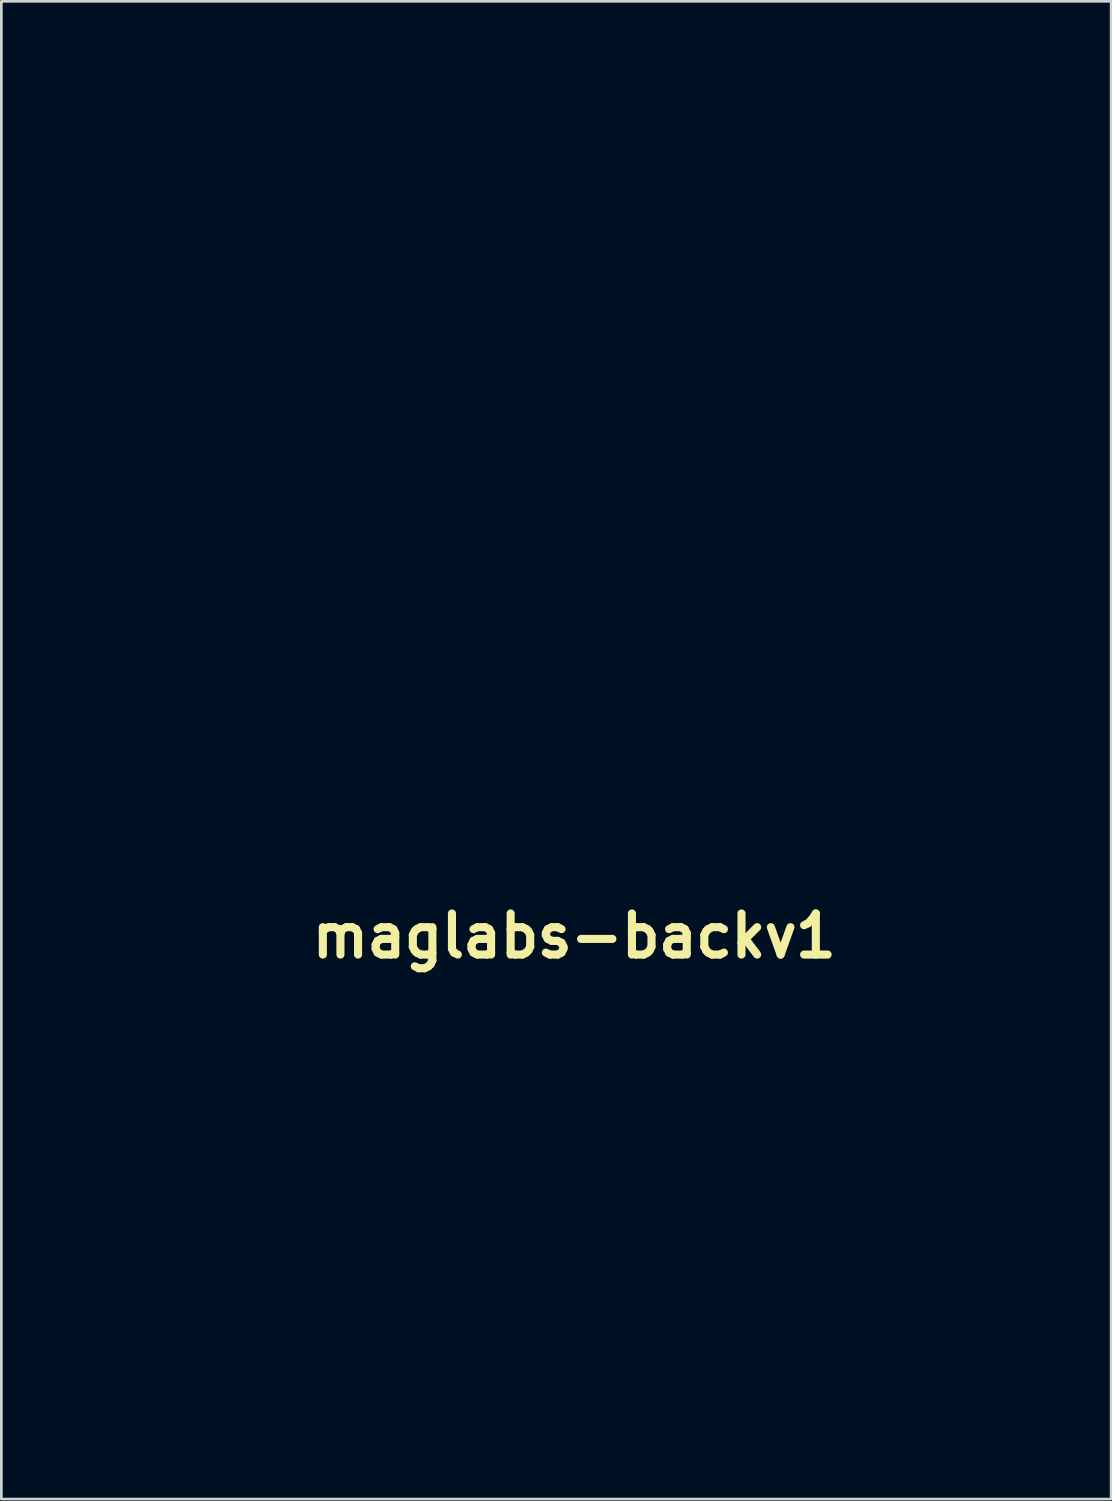
<source format=kicad_pcb>
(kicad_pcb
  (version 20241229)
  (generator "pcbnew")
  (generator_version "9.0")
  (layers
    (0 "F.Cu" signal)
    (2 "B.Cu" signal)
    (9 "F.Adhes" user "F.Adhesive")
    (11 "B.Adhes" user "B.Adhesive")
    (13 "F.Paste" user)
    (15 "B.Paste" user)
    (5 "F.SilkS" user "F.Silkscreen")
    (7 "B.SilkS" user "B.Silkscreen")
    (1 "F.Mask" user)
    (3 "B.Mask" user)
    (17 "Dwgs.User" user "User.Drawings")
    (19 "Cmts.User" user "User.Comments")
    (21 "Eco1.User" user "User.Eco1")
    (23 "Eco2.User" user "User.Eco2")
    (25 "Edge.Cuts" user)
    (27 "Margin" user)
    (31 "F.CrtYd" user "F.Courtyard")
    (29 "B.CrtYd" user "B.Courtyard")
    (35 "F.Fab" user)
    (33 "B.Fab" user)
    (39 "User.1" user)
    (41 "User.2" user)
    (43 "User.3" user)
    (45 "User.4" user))
  (footprint "maglabs-backv1"
    (layer "F.Cu")
    (at 18.251 31.67)
    (property "Reference" "maglabs-backv1" (at 0 0 0) (layer "F.SilkS") (effects (font (size 1.524 1.524) (thickness 0.3))))
    (attr through_hole)
    (fp_poly (pts (xy -12.446 -24.765) (xy -12.954 -24.765) (xy -12.954 -26.522) (xy -12.446 -26.522) (xy -12.446 -24.765)) (stroke (width 0.01) (type solid)) (fill yes) (layer "F.Mask"))
    (fp_poly (pts (xy 15.092 -28.892) (xy 14.584 -28.892) (xy 14.584 -31.665) (xy 15.092 -31.665) (xy 15.092 -28.892)) (stroke (width 0.01) (type solid)) (fill yes) (layer "F.Mask"))
    (fp_poly (pts (xy 1.778 12.107) (xy 2.942 12.107) (xy 2.942 12.869) (xy 0.974 12.869) (xy 0.974 8.7) (xy 1.778 8.7) (xy 1.778 12.107)) (stroke (width 0.01) (type solid)) (fill yes) (layer "F.Mask"))
    (fp_poly (pts (xy -12.644 -27.333) (xy -12.55 -27.303) (xy -12.47 -27.244) (xy -12.426 -27.181) (xy -12.39 -27.07) (xy -12.391 -26.964) (xy -12.424 -26.868) (xy -12.484 -26.789) (xy -12.568 -26.733) (xy -12.669 -26.706) (xy -12.781 -26.713) (xy -12.876 -26.754) (xy -12.95 -26.825) (xy -12.997 -26.917) (xy -13.015 -27.021) (xy -12.999 -27.129) (xy -12.982 -27.172) (xy -12.922 -27.255) (xy -12.839 -27.309) (xy -12.744 -27.335) (xy -12.644 -27.333)) (stroke (width 0.01) (type solid)) (fill yes) (layer "F.Mask"))
    (fp_poly (pts (xy -15.727 -26.099) (xy -15.812 -26.099) (xy -15.926 -26.083) (xy -16.017 -26.039) (xy -16.079 -25.97) (xy -16.08 -25.968) (xy -16.092 -25.942) (xy -16.101 -25.91) (xy -16.108 -25.866) (xy -16.114 -25.805) (xy -16.118 -25.721) (xy -16.121 -25.61) (xy -16.123 -25.465) (xy -16.125 -25.331) (xy -16.132 -24.765) (xy -16.637 -24.765) (xy -16.637 -26.522) (xy -16.129 -26.522) (xy -16.129 -26.344) (xy -16.06 -26.419) (xy -15.951 -26.512) (xy -15.826 -26.566) (xy -15.796 -26.574) (xy -15.727 -26.589) (xy -15.727 -26.099)) (stroke (width 0.01) (type solid)) (fill yes) (layer "F.Mask"))
    (fp_poly (pts (xy -17.645 -31.258) (xy -17.607 -31.167) (xy -17.558 -31.047) (xy -17.5 -30.907) (xy -17.438 -30.755) (xy -17.376 -30.603) (xy -17.351 -30.541) (xy -17.155 -30.063) (xy -17.163 -30.779) (xy -17.171 -31.496) (xy -16.616 -31.496) (xy -16.616 -28.892) (xy -16.875 -28.893) (xy -17.134 -28.893) (xy -17.428 -29.623) (xy -17.495 -29.788) (xy -17.556 -29.94) (xy -17.61 -30.074) (xy -17.656 -30.187) (xy -17.692 -30.274) (xy -17.715 -30.331) (xy -17.724 -30.353) (xy -17.725 -30.353) (xy -17.725 -30.333) (xy -17.725 -30.275) (xy -17.725 -30.184) (xy -17.724 -30.066) (xy -17.723 -29.924) (xy -17.722 -29.765) (xy -17.721 -29.623) (xy -17.714 -28.892) (xy -18.246 -28.892) (xy -18.246 -31.496) (xy -17.743 -31.496) (xy -17.645 -31.258)) (stroke (width 0.01) (type solid)) (fill yes) (layer "F.Mask"))
    (fp_poly (pts (xy -14.117 -26.813) (xy -14.116 -26.257) (xy -13.911 -26.813) (xy -13.706 -27.369) (xy -13.436 -27.369) (xy -13.335 -27.367) (xy -13.25 -27.364) (xy -13.192 -27.359) (xy -13.166 -27.354) (xy -13.166 -27.353) (xy -13.173 -27.33) (xy -13.195 -27.272) (xy -13.228 -27.186) (xy -13.271 -27.075) (xy -13.323 -26.945) (xy -13.38 -26.801) (xy -13.4 -26.752) (xy -13.634 -26.166) (xy -13.368 -25.477) (xy -13.306 -25.316) (xy -13.249 -25.168) (xy -13.199 -25.037) (xy -13.158 -24.927) (xy -13.127 -24.845) (xy -13.108 -24.793) (xy -13.102 -24.777) (xy -13.122 -24.772) (xy -13.176 -24.769) (xy -13.258 -24.766) (xy -13.358 -24.765) (xy -13.383 -24.765) (xy -13.663 -24.766) (xy -14.108 -26.02) (xy -14.119 -24.765) (xy -14.647 -24.765) (xy -14.647 -27.369) (xy -14.118 -27.369) (xy -14.117 -26.813)) (stroke (width 0.01) (type solid)) (fill yes) (layer "F.Mask"))
    (fp_poly (pts (xy -11.211 -26.529) (xy -11.126 -26.485) (xy -11.061 -26.407) (xy -11.043 -26.374) (xy -11.031 -26.348) (xy -11.021 -26.32) (xy -11.013 -26.288) (xy -11.006 -26.245) (xy -11.002 -26.188) (xy -10.998 -26.111) (xy -10.995 -26.011) (xy -10.993 -25.882) (xy -10.991 -25.721) (xy -10.989 -25.522) (xy -10.982 -24.765) (xy -11.493 -24.765) (xy -11.494 -25.342) (xy -11.495 -25.533) (xy -11.497 -25.685) (xy -11.5 -25.802) (xy -11.505 -25.886) (xy -11.512 -25.942) (xy -11.521 -25.971) (xy -11.563 -26.018) (xy -11.618 -26.032) (xy -11.671 -26.012) (xy -11.693 -25.989) (xy -11.703 -25.97) (xy -11.711 -25.94) (xy -11.717 -25.896) (xy -11.721 -25.832) (xy -11.724 -25.744) (xy -11.725 -25.626) (xy -11.726 -25.474) (xy -11.726 -25.353) (xy -11.726 -24.765) (xy -12.234 -24.765) (xy -12.234 -26.522) (xy -11.726 -26.522) (xy -11.726 -26.303) (xy -11.648 -26.394) (xy -11.56 -26.478) (xy -11.463 -26.525) (xy -11.346 -26.543) (xy -11.323 -26.543) (xy -11.211 -26.529)) (stroke (width 0.01) (type solid)) (fill yes) (layer "F.Mask"))
    (fp_poly (pts (xy 14.175 -30.642) (xy 14.247 -30.595) (xy 14.278 -30.562) (xy 14.304 -30.526) (xy 14.324 -30.483) (xy 14.34 -30.429) (xy 14.352 -30.358) (xy 14.361 -30.268) (xy 14.367 -30.152) (xy 14.37 -30.007) (xy 14.372 -29.829) (xy 14.372 -29.613) (xy 14.372 -29.608) (xy 14.372 -28.892) (xy 13.864 -28.892) (xy 13.864 -29.48) (xy 13.864 -29.658) (xy 13.863 -29.799) (xy 13.861 -29.906) (xy 13.857 -29.986) (xy 13.852 -30.043) (xy 13.846 -30.081) (xy 13.837 -30.106) (xy 13.831 -30.115) (xy 13.784 -30.156) (xy 13.732 -30.155) (xy 13.682 -30.118) (xy 13.67 -30.102) (xy 13.661 -30.081) (xy 13.654 -30.049) (xy 13.648 -30.001) (xy 13.644 -29.934) (xy 13.641 -29.84) (xy 13.638 -29.716) (xy 13.636 -29.557) (xy 13.635 -29.483) (xy 13.629 -28.892) (xy 13.123 -28.892) (xy 13.123 -30.628) (xy 13.629 -30.628) (xy 13.636 -30.518) (xy 13.642 -30.408) (xy 13.695 -30.487) (xy 13.77 -30.569) (xy 13.866 -30.627) (xy 13.971 -30.66) (xy 14.078 -30.665) (xy 14.175 -30.642)) (stroke (width 0.01) (type solid)) (fill yes) (layer "F.Mask"))
    (fp_poly (pts (xy -9.313 -28.892) (xy -9.821 -28.892) (xy -9.821 -29.024) (xy -9.882 -28.959) (xy -9.936 -28.911) (xy -9.99 -28.876) (xy -10 -28.872) (xy -10.093 -28.852) (xy -10.194 -28.856) (xy -10.283 -28.881) (xy -10.3 -28.891) (xy -10.398 -28.974) (xy -10.477 -29.095) (xy -10.538 -29.249) (xy -10.58 -29.436) (xy -10.601 -29.653) (xy -10.604 -29.759) (xy -10.096 -29.759) (xy -10.094 -29.649) (xy -10.087 -29.554) (xy -10.076 -29.488) (xy -10.039 -29.394) (xy -9.995 -29.338) (xy -9.945 -29.321) (xy -9.893 -29.344) (xy -9.86 -29.38) (xy -9.823 -29.453) (xy -9.799 -29.552) (xy -9.787 -29.667) (xy -9.785 -29.79) (xy -9.795 -29.912) (xy -9.815 -30.024) (xy -9.844 -30.118) (xy -9.882 -30.184) (xy -9.911 -30.207) (xy -9.958 -30.212) (xy -10.005 -30.18) (xy -10.047 -30.119) (xy -10.073 -30.046) (xy -10.085 -29.971) (xy -10.093 -29.871) (xy -10.096 -29.759) (xy -10.604 -29.759) (xy -10.604 -29.786) (xy -10.594 -30.012) (xy -10.563 -30.208) (xy -10.514 -30.371) (xy -10.445 -30.5) (xy -10.359 -30.593) (xy -10.256 -30.65) (xy -10.211 -30.662) (xy -10.091 -30.666) (xy -9.984 -30.629) (xy -9.902 -30.565) (xy -9.821 -30.485) (xy -9.821 -31.665) (xy -9.313 -31.665) (xy -9.313 -28.892)) (stroke (width 0.01) (type solid)) (fill yes) (layer "F.Mask"))
    (fp_poly (pts (xy 16.564 -30.627) (xy 16.64 -30.623) (xy 16.684 -30.615) (xy 16.7 -30.604) (xy 16.7 -30.602) (xy 16.694 -30.577) (xy 16.677 -30.516) (xy 16.651 -30.42) (xy 16.616 -30.295) (xy 16.573 -30.143) (xy 16.524 -29.969) (xy 16.468 -29.774) (xy 16.408 -29.564) (xy 16.344 -29.342) (xy 16.334 -29.305) (xy 15.968 -28.035) (xy 15.72 -28.029) (xy 15.6 -28.028) (xy 15.521 -28.031) (xy 15.48 -28.039) (xy 15.473 -28.047) (xy 15.479 -28.073) (xy 15.496 -28.133) (xy 15.522 -28.221) (xy 15.556 -28.33) (xy 15.594 -28.453) (xy 15.601 -28.476) (xy 15.641 -28.602) (xy 15.675 -28.717) (xy 15.703 -28.813) (xy 15.722 -28.883) (xy 15.73 -28.922) (xy 15.731 -28.924) (xy 15.725 -28.953) (xy 15.707 -29.02) (xy 15.68 -29.12) (xy 15.643 -29.251) (xy 15.597 -29.41) (xy 15.544 -29.592) (xy 15.485 -29.796) (xy 15.42 -30.017) (xy 15.35 -30.252) (xy 15.276 -30.498) (xy 15.248 -30.592) (xy 15.246 -30.607) (xy 15.256 -30.618) (xy 15.285 -30.624) (xy 15.339 -30.626) (xy 15.425 -30.625) (xy 15.496 -30.624) (xy 15.756 -30.618) (xy 15.86 -30.194) (xy 15.892 -30.065) (xy 15.921 -29.948) (xy 15.946 -29.851) (xy 15.964 -29.78) (xy 15.974 -29.743) (xy 15.975 -29.739) (xy 15.983 -29.749) (xy 15.998 -29.796) (xy 16.02 -29.873) (xy 16.046 -29.975) (xy 16.076 -30.097) (xy 16.093 -30.168) (xy 16.2 -30.628) (xy 16.45 -30.628) (xy 16.564 -30.627)) (stroke (width 0.01) (type solid)) (fill yes) (layer "F.Mask"))
    (fp_poly (pts (xy -11.274 -30.653) (xy -11.131 -30.599) (xy -11.01 -30.51) (xy -10.913 -30.386) (xy -10.839 -30.227) (xy -10.803 -30.104) (xy -10.785 -29.987) (xy -10.776 -29.844) (xy -10.778 -29.69) (xy -10.788 -29.537) (xy -10.807 -29.399) (xy -10.834 -29.288) (xy -10.837 -29.28) (xy -10.898 -29.152) (xy -10.985 -29.035) (xy -11.086 -28.943) (xy -11.142 -28.909) (xy -11.238 -28.876) (xy -11.358 -28.857) (xy -11.486 -28.854) (xy -11.608 -28.868) (xy -11.693 -28.892) (xy -11.821 -28.965) (xy -11.926 -29.074) (xy -12.008 -29.215) (xy -12.066 -29.387) (xy -12.099 -29.588) (xy -12.107 -29.765) (xy -12.104 -29.813) (xy -11.595 -29.813) (xy -11.595 -29.666) (xy -11.582 -29.539) (xy -11.557 -29.436) (xy -11.523 -29.36) (xy -11.48 -29.317) (xy -11.431 -29.31) (xy -11.399 -29.324) (xy -11.358 -29.363) (xy -11.324 -29.413) (xy -11.31 -29.454) (xy -11.3 -29.517) (xy -11.295 -29.607) (xy -11.292 -29.732) (xy -11.292 -29.76) (xy -11.293 -29.88) (xy -11.296 -29.965) (xy -11.302 -30.026) (xy -11.312 -30.07) (xy -11.328 -30.106) (xy -11.336 -30.12) (xy -11.374 -30.172) (xy -11.416 -30.192) (xy -11.442 -30.194) (xy -11.496 -30.179) (xy -11.537 -30.131) (xy -11.567 -30.048) (xy -11.587 -29.929) (xy -11.595 -29.813) (xy -12.104 -29.813) (xy -12.093 -29.988) (xy -12.053 -30.183) (xy -11.988 -30.346) (xy -11.898 -30.478) (xy -11.785 -30.576) (xy -11.649 -30.64) (xy -11.491 -30.669) (xy -11.441 -30.671) (xy -11.274 -30.653)) (stroke (width 0.01) (type solid)) (fill yes) (layer "F.Mask"))
    (fp_poly (pts (xy -15.608 -30.657) (xy -15.528 -30.648) (xy -15.463 -30.629) (xy -15.431 -30.616) (xy -15.304 -30.537) (xy -15.203 -30.429) (xy -15.128 -30.29) (xy -15.076 -30.12) (xy -15.049 -29.916) (xy -15.044 -29.76) (xy -15.056 -29.529) (xy -15.093 -29.331) (xy -15.156 -29.167) (xy -15.243 -29.037) (xy -15.356 -28.942) (xy -15.493 -28.88) (xy -15.655 -28.853) (xy -15.72 -28.852) (xy -15.809 -28.858) (xy -15.899 -28.873) (xy -15.938 -28.883) (xy -16.065 -28.943) (xy -16.171 -29.041) (xy -16.25 -29.161) (xy -16.301 -29.274) (xy -16.337 -29.388) (xy -16.359 -29.516) (xy -16.369 -29.668) (xy -16.37 -29.712) (xy -15.87 -29.712) (xy -15.858 -29.587) (xy -15.834 -29.475) (xy -15.801 -29.385) (xy -15.76 -29.326) (xy -15.754 -29.321) (xy -15.721 -29.299) (xy -15.696 -29.3) (xy -15.664 -29.315) (xy -15.623 -29.359) (xy -15.589 -29.436) (xy -15.565 -29.537) (xy -15.55 -29.653) (xy -15.545 -29.776) (xy -15.55 -29.896) (xy -15.566 -30.006) (xy -15.594 -30.096) (xy -15.619 -30.141) (xy -15.669 -30.187) (xy -15.721 -30.194) (xy -15.77 -30.164) (xy -15.813 -30.1) (xy -15.847 -30.005) (xy -15.856 -29.961) (xy -15.87 -29.839) (xy -15.87 -29.712) (xy -16.37 -29.712) (xy -16.37 -29.771) (xy -16.358 -29.997) (xy -16.32 -30.189) (xy -16.258 -30.348) (xy -16.169 -30.477) (xy -16.055 -30.575) (xy -16.023 -30.594) (xy -15.962 -30.626) (xy -15.91 -30.646) (xy -15.853 -30.656) (xy -15.776 -30.66) (xy -15.716 -30.66) (xy -15.608 -30.657)) (stroke (width 0.01) (type solid)) (fill yes) (layer "F.Mask"))
    (fp_poly (pts (xy -17.47 -26.54) (xy -17.45 -26.539) (xy -17.352 -26.533) (xy -17.282 -26.524) (xy -17.227 -26.507) (xy -17.174 -26.481) (xy -17.152 -26.467) (xy -17.048 -26.381) (xy -16.957 -26.263) (xy -16.89 -26.125) (xy -16.878 -26.091) (xy -16.86 -26.01) (xy -16.846 -25.899) (xy -16.836 -25.77) (xy -16.831 -25.634) (xy -16.832 -25.505) (xy -16.838 -25.393) (xy -16.846 -25.329) (xy -16.879 -25.201) (xy -16.928 -25.077) (xy -16.987 -24.97) (xy -17.046 -24.895) (xy -17.154 -24.818) (xy -17.288 -24.763) (xy -17.435 -24.734) (xy -17.584 -24.734) (xy -17.647 -24.744) (xy -17.789 -24.794) (xy -17.909 -24.88) (xy -18.008 -24.999) (xy -18.083 -25.15) (xy -18.133 -25.329) (xy -18.158 -25.537) (xy -18.161 -25.633) (xy -18.16 -25.641) (xy -17.651 -25.641) (xy -17.645 -25.516) (xy -17.629 -25.4) (xy -17.602 -25.302) (xy -17.565 -25.23) (xy -17.539 -25.204) (xy -17.488 -25.192) (xy -17.435 -25.217) (xy -17.389 -25.273) (xy -17.372 -25.308) (xy -17.36 -25.347) (xy -17.352 -25.399) (xy -17.348 -25.472) (xy -17.346 -25.574) (xy -17.346 -25.643) (xy -17.347 -25.769) (xy -17.35 -25.861) (xy -17.357 -25.926) (xy -17.368 -25.972) (xy -17.383 -26.007) (xy -17.431 -26.07) (xy -17.483 -26.092) (xy -17.536 -26.072) (xy -17.56 -26.049) (xy -17.6 -25.979) (xy -17.628 -25.882) (xy -17.645 -25.766) (xy -17.651 -25.641) (xy -18.16 -25.641) (xy -18.147 -25.853) (xy -18.108 -26.047) (xy -18.044 -26.213) (xy -17.957 -26.348) (xy -17.846 -26.449) (xy -17.754 -26.501) (xy -17.693 -26.524) (xy -17.635 -26.537) (xy -17.565 -26.542) (xy -17.47 -26.54)) (stroke (width 0.01) (type solid)) (fill yes) (layer "F.Mask"))
    (fp_poly (pts (xy -8.371 -30.661) (xy -8.215 -30.628) (xy -8.075 -30.569) (xy -8.048 -30.552) (xy -7.999 -30.52) (xy -8.098 -30.336) (xy -8.141 -30.257) (xy -8.176 -30.194) (xy -8.198 -30.154) (xy -8.204 -30.144) (xy -8.223 -30.151) (xy -8.263 -30.177) (xy -8.28 -30.189) (xy -8.363 -30.237) (xy -8.44 -30.256) (xy -8.504 -30.248) (xy -8.547 -30.211) (xy -8.557 -30.186) (xy -8.551 -30.129) (xy -8.505 -30.068) (xy -8.423 -30.007) (xy -8.362 -29.973) (xy -8.228 -29.894) (xy -8.131 -29.811) (xy -8.068 -29.717) (xy -8.033 -29.603) (xy -8.022 -29.464) (xy -8.022 -29.461) (xy -8.038 -29.287) (xy -8.085 -29.139) (xy -8.162 -29.02) (xy -8.27 -28.929) (xy -8.305 -28.91) (xy -8.397 -28.878) (xy -8.513 -28.86) (xy -8.637 -28.856) (xy -8.753 -28.869) (xy -8.805 -28.882) (xy -8.895 -28.917) (xy -8.979 -28.96) (xy -9.047 -29.003) (xy -9.086 -29.041) (xy -9.086 -29.042) (xy -9.09 -29.069) (xy -9.074 -29.115) (xy -9.037 -29.186) (xy -9.006 -29.237) (xy -8.959 -29.309) (xy -8.919 -29.365) (xy -8.892 -29.397) (xy -8.885 -29.401) (xy -8.855 -29.389) (xy -8.81 -29.362) (xy -8.805 -29.358) (xy -8.723 -29.316) (xy -8.646 -29.305) (xy -8.583 -29.322) (xy -8.54 -29.367) (xy -8.525 -29.432) (xy -8.535 -29.482) (xy -8.57 -29.528) (xy -8.635 -29.576) (xy -8.725 -29.625) (xy -8.864 -29.711) (xy -8.965 -29.811) (xy -9.029 -29.928) (xy -9.06 -30.067) (xy -9.064 -30.142) (xy -9.048 -30.293) (xy -8.998 -30.42) (xy -8.913 -30.522) (xy -8.793 -30.6) (xy -8.681 -30.642) (xy -8.531 -30.667) (xy -8.371 -30.661)) (stroke (width 0.01) (type solid)) (fill yes) (layer "F.Mask"))
    (fp_poly (pts (xy 6.536 10.747) (xy 6.644 11.029) (xy 6.748 11.3) (xy 6.847 11.557) (xy 6.94 11.799) (xy 7.025 12.022) (xy 7.102 12.223) (xy 7.17 12.4) (xy 7.228 12.551) (xy 7.275 12.672) (xy 7.309 12.761) (xy 7.329 12.816) (xy 7.336 12.832) (xy 7.338 12.845) (xy 7.33 12.854) (xy 7.307 12.861) (xy 7.263 12.865) (xy 7.194 12.868) (xy 7.094 12.869) (xy 6.958 12.869) (xy 6.926 12.869) (xy 6.503 12.869) (xy 6.344 12.451) (xy 6.185 12.033) (xy 4.507 12.033) (xy 4.343 12.446) (xy 4.179 12.859) (xy 3.751 12.864) (xy 3.323 12.87) (xy 3.355 12.79) (xy 3.367 12.76) (xy 3.393 12.692) (xy 3.432 12.591) (xy 3.483 12.459) (xy 3.546 12.298) (xy 3.618 12.111) (xy 3.698 11.902) (xy 3.787 11.672) (xy 3.882 11.425) (xy 3.954 11.239) (xy 4.806 11.239) (xy 5.884 11.239) (xy 5.844 11.139) (xy 5.827 11.094) (xy 5.796 11.015) (xy 5.755 10.908) (xy 5.705 10.781) (xy 5.649 10.637) (xy 5.59 10.485) (xy 5.577 10.451) (xy 5.52 10.303) (xy 5.467 10.169) (xy 5.422 10.055) (xy 5.385 9.963) (xy 5.359 9.9) (xy 5.345 9.87) (xy 5.344 9.868) (xy 5.336 9.888) (xy 5.314 9.942) (xy 5.281 10.025) (xy 5.24 10.13) (xy 5.191 10.253) (xy 5.138 10.389) (xy 5.082 10.531) (xy 5.026 10.675) (xy 4.971 10.814) (xy 4.92 10.944) (xy 4.875 11.06) (xy 4.839 11.154) (xy 4.824 11.192) (xy 4.806 11.239) (xy 3.954 11.239) (xy 3.983 11.164) (xy 4.088 10.89) (xy 4.158 10.71) (xy 4.929 8.71) (xy 5.34 8.704) (xy 5.75 8.699) (xy 6.536 10.747)) (stroke (width 0.01) (type solid)) (fill yes) (layer "F.Mask"))
    (fp_poly (pts (xy -8.482 -26.526) (xy -8.347 -26.489) (xy -8.313 -26.475) (xy -8.25 -26.443) (xy -8.206 -26.415) (xy -8.191 -26.398) (xy -8.201 -26.372) (xy -8.226 -26.321) (xy -8.261 -26.255) (xy -8.301 -26.184) (xy -8.34 -26.117) (xy -8.372 -26.065) (xy -8.392 -26.037) (xy -8.395 -26.035) (xy -8.417 -26.046) (xy -8.461 -26.073) (xy -8.483 -26.088) (xy -8.567 -26.13) (xy -8.643 -26.138) (xy -8.703 -26.113) (xy -8.709 -26.108) (xy -8.742 -26.055) (xy -8.736 -26.001) (xy -8.689 -25.946) (xy -8.6 -25.886) (xy -8.597 -25.884) (xy -8.48 -25.817) (xy -8.395 -25.76) (xy -8.333 -25.709) (xy -8.287 -25.656) (xy -8.259 -25.613) (xy -8.23 -25.559) (xy -8.213 -25.508) (xy -8.205 -25.445) (xy -8.203 -25.358) (xy -8.203 -25.337) (xy -8.213 -25.187) (xy -8.245 -25.065) (xy -8.303 -24.956) (xy -8.347 -24.899) (xy -8.44 -24.82) (xy -8.56 -24.764) (xy -8.697 -24.735) (xy -8.841 -24.734) (xy -8.951 -24.755) (xy -9.032 -24.782) (xy -9.116 -24.818) (xy -9.193 -24.857) (xy -9.253 -24.894) (xy -9.284 -24.923) (xy -9.286 -24.926) (xy -9.281 -24.958) (xy -9.258 -25.009) (xy -9.241 -25.038) (xy -9.193 -25.114) (xy -9.144 -25.193) (xy -9.133 -25.21) (xy -9.079 -25.295) (xy -8.988 -25.242) (xy -8.893 -25.199) (xy -8.813 -25.19) (xy -8.752 -25.214) (xy -8.732 -25.235) (xy -8.707 -25.283) (xy -8.7 -25.316) (xy -8.718 -25.36) (xy -8.77 -25.413) (xy -8.849 -25.471) (xy -8.928 -25.517) (xy -9.033 -25.587) (xy -9.125 -25.672) (xy -9.194 -25.763) (xy -9.227 -25.837) (xy -9.252 -25.991) (xy -9.24 -26.136) (xy -9.195 -26.267) (xy -9.119 -26.378) (xy -9.014 -26.464) (xy -8.913 -26.51) (xy -8.782 -26.538) (xy -8.633 -26.542) (xy -8.482 -26.526)) (stroke (width 0.01) (type solid)) (fill yes) (layer "F.Mask"))
    (fp_poly (pts (xy 12.234 -31.503) (xy 12.394 -31.44) (xy 12.542 -31.34) (xy 12.57 -31.315) (xy 12.689 -31.183) (xy 12.783 -31.025) (xy 12.855 -30.84) (xy 12.905 -30.624) (xy 12.932 -30.411) (xy 12.943 -30.139) (xy 12.928 -29.883) (xy 12.887 -29.648) (xy 12.821 -29.438) (xy 12.731 -29.256) (xy 12.618 -29.105) (xy 12.596 -29.082) (xy 12.492 -28.989) (xy 12.393 -28.924) (xy 12.286 -28.884) (xy 12.158 -28.863) (xy 12.054 -28.856) (xy 11.95 -28.854) (xy 11.875 -28.857) (xy 11.815 -28.867) (xy 11.758 -28.885) (xy 11.724 -28.899) (xy 11.6 -28.959) (xy 11.502 -29.027) (xy 11.418 -29.112) (xy 11.401 -29.132) (xy 11.304 -29.271) (xy 11.229 -29.425) (xy 11.175 -29.6) (xy 11.139 -29.802) (xy 11.12 -30.036) (xy 11.118 -30.07) (xy 11.118 -30.173) (xy 11.68 -30.173) (xy 11.689 -29.949) (xy 11.714 -29.758) (xy 11.754 -29.601) (xy 11.809 -29.479) (xy 11.879 -29.394) (xy 11.962 -29.347) (xy 12.023 -29.338) (xy 12.077 -29.348) (xy 12.137 -29.375) (xy 12.144 -29.379) (xy 12.197 -29.425) (xy 12.245 -29.488) (xy 12.255 -29.505) (xy 12.306 -29.636) (xy 12.343 -29.797) (xy 12.367 -29.979) (xy 12.376 -30.172) (xy 12.371 -30.366) (xy 12.351 -30.551) (xy 12.316 -30.718) (xy 12.304 -30.757) (xy 12.263 -30.848) (xy 12.206 -30.932) (xy 12.191 -30.949) (xy 12.137 -31) (xy 12.09 -31.024) (xy 12.033 -31.03) (xy 12.029 -31.03) (xy 11.932 -31.011) (xy 11.851 -30.952) (xy 11.785 -30.854) (xy 11.735 -30.718) (xy 11.701 -30.544) (xy 11.683 -30.332) (xy 11.68 -30.173) (xy 11.118 -30.173) (xy 11.118 -30.339) (xy 11.137 -30.575) (xy 11.177 -30.782) (xy 11.239 -30.965) (xy 11.323 -31.13) (xy 11.335 -31.148) (xy 11.449 -31.291) (xy 11.585 -31.401) (xy 11.737 -31.478) (xy 11.9 -31.521) (xy 12.067 -31.53) (xy 12.234 -31.503)) (stroke (width 0.01) (type solid)) (fill yes) (layer "F.Mask"))
    (fp_poly (pts (xy -12.898 -31.505) (xy -12.739 -31.443) (xy -12.598 -31.346) (xy -12.564 -31.314) (xy -12.51 -31.251) (xy -12.455 -31.172) (xy -12.404 -31.087) (xy -12.365 -31.008) (xy -12.343 -30.945) (xy -12.34 -30.926) (xy -12.359 -30.906) (xy -12.408 -30.876) (xy -12.48 -30.842) (xy -12.564 -30.806) (xy -12.651 -30.773) (xy -12.731 -30.745) (xy -12.797 -30.727) (xy -12.838 -30.722) (xy -12.846 -30.725) (xy -12.861 -30.757) (xy -12.881 -30.811) (xy -12.887 -30.832) (xy -12.93 -30.929) (xy -12.994 -30.996) (xy -13.072 -31.028) (xy -13.1 -31.03) (xy -13.199 -31.012) (xy -13.283 -30.956) (xy -13.35 -30.863) (xy -13.401 -30.732) (xy -13.437 -30.563) (xy -13.457 -30.355) (xy -13.462 -30.167) (xy -13.457 -29.96) (xy -13.441 -29.791) (xy -13.413 -29.654) (xy -13.371 -29.544) (xy -13.314 -29.459) (xy -13.241 -29.392) (xy -13.231 -29.385) (xy -13.139 -29.343) (xy -13.051 -29.343) (xy -12.965 -29.385) (xy -12.944 -29.402) (xy -12.88 -29.484) (xy -12.833 -29.592) (xy -12.808 -29.714) (xy -12.806 -29.764) (xy -12.806 -29.845) (xy -13.123 -29.845) (xy -13.123 -30.353) (xy -12.25 -30.353) (xy -12.266 -30.064) (xy -12.289 -29.794) (xy -12.329 -29.562) (xy -12.387 -29.365) (xy -12.462 -29.201) (xy -12.556 -29.07) (xy -12.671 -28.968) (xy -12.752 -28.918) (xy -12.808 -28.892) (xy -12.863 -28.875) (xy -12.93 -28.865) (xy -13.02 -28.859) (xy -13.081 -28.856) (xy -13.191 -28.855) (xy -13.272 -28.858) (xy -13.336 -28.869) (xy -13.396 -28.887) (xy -13.415 -28.894) (xy -13.559 -28.973) (xy -13.688 -29.089) (xy -13.802 -29.238) (xy -13.895 -29.416) (xy -13.967 -29.619) (xy -13.995 -29.733) (xy -14.018 -29.887) (xy -14.029 -30.065) (xy -14.03 -30.256) (xy -14.021 -30.444) (xy -14.002 -30.618) (xy -13.973 -30.762) (xy -13.906 -30.957) (xy -13.817 -31.129) (xy -13.709 -31.274) (xy -13.587 -31.388) (xy -13.452 -31.464) (xy -13.435 -31.471) (xy -13.252 -31.52) (xy -13.071 -31.53) (xy -12.898 -31.505)) (stroke (width 0.01) (type solid)) (fill yes) (layer "F.Mask"))
    (fp_poly (pts (xy 8.281 8.7) (xy 8.556 8.703) (xy 8.792 8.711) (xy 8.996 8.723) (xy 9.171 8.742) (xy 9.321 8.767) (xy 9.452 8.8) (xy 9.568 8.839) (xy 9.646 8.874) (xy 9.815 8.977) (xy 9.956 9.106) (xy 10.067 9.256) (xy 10.148 9.421) (xy 10.199 9.596) (xy 10.217 9.777) (xy 10.202 9.958) (xy 10.153 10.135) (xy 10.07 10.301) (xy 9.951 10.451) (xy 9.936 10.466) (xy 9.821 10.579) (xy 9.976 10.676) (xy 10.15 10.801) (xy 10.286 10.941) (xy 10.389 11.1) (xy 10.463 11.283) (xy 10.481 11.347) (xy 10.511 11.532) (xy 10.515 11.727) (xy 10.493 11.918) (xy 10.456 12.059) (xy 10.371 12.247) (xy 10.252 12.421) (xy 10.107 12.573) (xy 9.942 12.695) (xy 9.812 12.763) (xy 9.746 12.789) (xy 9.678 12.811) (xy 9.605 12.829) (xy 9.521 12.843) (xy 9.422 12.853) (xy 9.303 12.86) (xy 9.158 12.865) (xy 8.984 12.868) (xy 8.774 12.869) (xy 8.647 12.869) (xy 7.895 12.869) (xy 7.895 11.07) (xy 8.721 11.07) (xy 8.721 12.114) (xy 8.991 12.101) (xy 9.175 12.088) (xy 9.321 12.066) (xy 9.399 12.046) (xy 9.53 11.988) (xy 9.625 11.908) (xy 9.686 11.804) (xy 9.714 11.674) (xy 9.716 11.624) (xy 9.697 11.478) (xy 9.643 11.353) (xy 9.554 11.249) (xy 9.43 11.169) (xy 9.275 11.112) (xy 9.087 11.079) (xy 8.912 11.07) (xy 8.721 11.07) (xy 7.895 11.07) (xy 7.895 9.483) (xy 8.721 9.483) (xy 8.721 10.334) (xy 8.916 10.325) (xy 9.033 10.316) (xy 9.119 10.301) (xy 9.186 10.277) (xy 9.2 10.271) (xy 9.309 10.193) (xy 9.383 10.093) (xy 9.416 9.996) (xy 9.425 9.863) (xy 9.396 9.739) (xy 9.33 9.631) (xy 9.283 9.584) (xy 9.209 9.541) (xy 9.104 9.508) (xy 8.98 9.488) (xy 8.876 9.483) (xy 8.721 9.483) (xy 7.895 9.483) (xy 7.895 8.7) (xy 8.281 8.7)) (stroke (width 0.01) (type solid)) (fill yes) (layer "F.Mask"))
    (fp_poly (pts (xy -10.212 -26.528) (xy -10.117 -26.483) (xy -10.056 -26.424) (xy -10.012 -26.368) (xy -10.012 -26.522) (xy -9.502 -26.522) (xy -9.508 -25.426) (xy -9.51 -25.183) (xy -9.511 -24.979) (xy -9.512 -24.809) (xy -9.514 -24.67) (xy -9.516 -24.559) (xy -9.519 -24.472) (xy -9.523 -24.404) (xy -9.527 -24.352) (xy -9.533 -24.313) (xy -9.54 -24.283) (xy -9.548 -24.258) (xy -9.558 -24.234) (xy -9.564 -24.222) (xy -9.63 -24.108) (xy -9.714 -24.024) (xy -9.826 -23.961) (xy -9.937 -23.927) (xy -10.07 -23.908) (xy -10.209 -23.906) (xy -10.337 -23.921) (xy -10.37 -23.93) (xy -10.51 -23.987) (xy -10.62 -24.073) (xy -10.703 -24.189) (xy -10.759 -24.337) (xy -10.783 -24.454) (xy -10.798 -24.555) (xy -10.57 -24.549) (xy -10.342 -24.543) (xy -10.327 -24.473) (xy -10.295 -24.389) (xy -10.243 -24.334) (xy -10.177 -24.313) (xy -10.123 -24.323) (xy -10.074 -24.358) (xy -10.038 -24.425) (xy -10.016 -24.526) (xy -10.006 -24.662) (xy -10.008 -24.803) (xy -10.012 -24.915) (xy -10.091 -24.831) (xy -10.181 -24.759) (xy -10.275 -24.729) (xy -10.379 -24.738) (xy -10.422 -24.752) (xy -10.534 -24.817) (xy -10.629 -24.918) (xy -10.705 -25.05) (xy -10.761 -25.211) (xy -10.796 -25.397) (xy -10.808 -25.605) (xy -10.804 -25.687) (xy -10.3 -25.687) (xy -10.3 -25.566) (xy -10.288 -25.451) (xy -10.265 -25.348) (xy -10.23 -25.266) (xy -10.187 -25.215) (xy -10.146 -25.192) (xy -10.112 -25.199) (xy -10.076 -25.23) (xy -10.032 -25.301) (xy -10.002 -25.411) (xy -9.986 -25.561) (xy -9.984 -25.645) (xy -9.99 -25.795) (xy -10.009 -25.919) (xy -10.04 -26.013) (xy -10.081 -26.073) (xy -10.131 -26.096) (xy -10.151 -26.095) (xy -10.2 -26.065) (xy -10.24 -26.002) (xy -10.27 -25.912) (xy -10.291 -25.805) (xy -10.3 -25.687) (xy -10.804 -25.687) (xy -10.798 -25.83) (xy -10.797 -25.839) (xy -10.765 -26.051) (xy -10.717 -26.224) (xy -10.653 -26.359) (xy -10.572 -26.457) (xy -10.474 -26.517) (xy -10.358 -26.542) (xy -10.334 -26.543) (xy -10.212 -26.528)) (stroke (width 0.01) (type solid)) (fill yes) (layer "F.Mask"))
    (fp_poly (pts (xy 16.169 -27.399) (xy 16.242 -27.395) (xy 16.3 -27.385) (xy 16.354 -27.366) (xy 16.419 -27.336) (xy 16.43 -27.331) (xy 16.53 -27.272) (xy 16.616 -27.206) (xy 16.649 -27.172) (xy 16.694 -27.112) (xy 16.742 -27.037) (xy 16.785 -26.958) (xy 16.82 -26.884) (xy 16.841 -26.825) (xy 16.844 -26.794) (xy 16.822 -26.777) (xy 16.77 -26.751) (xy 16.696 -26.718) (xy 16.611 -26.684) (xy 16.523 -26.65) (xy 16.443 -26.622) (xy 16.38 -26.603) (xy 16.343 -26.596) (xy 16.339 -26.597) (xy 16.322 -26.626) (xy 16.319 -26.645) (xy 16.303 -26.715) (xy 16.265 -26.792) (xy 16.214 -26.859) (xy 16.17 -26.893) (xy 16.082 -26.917) (xy 15.996 -26.901) (xy 15.916 -26.847) (xy 15.845 -26.756) (xy 15.824 -26.718) (xy 15.779 -26.599) (xy 15.746 -26.449) (xy 15.725 -26.277) (xy 15.715 -26.094) (xy 15.719 -25.909) (xy 15.735 -25.732) (xy 15.765 -25.573) (xy 15.782 -25.513) (xy 15.833 -25.395) (xy 15.902 -25.305) (xy 15.981 -25.247) (xy 16.066 -25.221) (xy 16.15 -25.228) (xy 16.229 -25.27) (xy 16.297 -25.348) (xy 16.316 -25.382) (xy 16.347 -25.464) (xy 16.371 -25.558) (xy 16.377 -25.599) (xy 16.389 -25.718) (xy 16.066 -25.718) (xy 16.066 -26.226) (xy 16.912 -26.226) (xy 16.912 -25.956) (xy 16.899 -25.686) (xy 16.862 -25.449) (xy 16.801 -25.243) (xy 16.716 -25.07) (xy 16.607 -24.931) (xy 16.476 -24.827) (xy 16.407 -24.791) (xy 16.29 -24.752) (xy 16.15 -24.731) (xy 16.007 -24.728) (xy 15.877 -24.744) (xy 15.852 -24.75) (xy 15.689 -24.818) (xy 15.545 -24.922) (xy 15.42 -25.062) (xy 15.317 -25.234) (xy 15.237 -25.437) (xy 15.194 -25.607) (xy 15.177 -25.698) (xy 15.166 -25.782) (xy 15.16 -25.871) (xy 15.158 -25.975) (xy 15.16 -26.108) (xy 15.162 -26.151) (xy 15.169 -26.329) (xy 15.183 -26.475) (xy 15.203 -26.6) (xy 15.234 -26.713) (xy 15.276 -26.827) (xy 15.319 -26.922) (xy 15.415 -27.084) (xy 15.536 -27.219) (xy 15.677 -27.32) (xy 15.722 -27.343) (xy 15.783 -27.37) (xy 15.839 -27.386) (xy 15.902 -27.396) (xy 15.986 -27.399) (xy 16.066 -27.4) (xy 16.169 -27.399)) (stroke (width 0.01) (type solid)) (fill yes) (layer "F.Mask"))
    (fp_poly (pts (xy 14.257 -27.368) (xy 14.344 -27.367) (xy 14.406 -27.365) (xy 14.434 -27.363) (xy 14.436 -27.362) (xy 14.44 -27.341) (xy 14.454 -27.282) (xy 14.476 -27.189) (xy 14.506 -27.066) (xy 14.542 -26.915) (xy 14.584 -26.741) (xy 14.63 -26.547) (xy 14.681 -26.336) (xy 14.734 -26.113) (xy 14.743 -26.079) (xy 14.797 -25.853) (xy 14.848 -25.64) (xy 14.895 -25.442) (xy 14.938 -25.263) (xy 14.975 -25.107) (xy 15.005 -24.978) (xy 15.028 -24.879) (xy 15.043 -24.813) (xy 15.049 -24.784) (xy 15.05 -24.783) (xy 15.03 -24.777) (xy 14.975 -24.771) (xy 14.894 -24.767) (xy 14.794 -24.765) (xy 14.766 -24.765) (xy 14.483 -24.765) (xy 14.47 -24.834) (xy 14.459 -24.889) (xy 14.442 -24.969) (xy 14.423 -25.056) (xy 14.423 -25.056) (xy 14.389 -25.209) (xy 13.894 -25.209) (xy 13.855 -25.014) (xy 13.837 -24.925) (xy 13.821 -24.852) (xy 13.809 -24.803) (xy 13.806 -24.791) (xy 13.788 -24.779) (xy 13.741 -24.771) (xy 13.661 -24.767) (xy 13.543 -24.765) (xy 13.531 -24.765) (xy 13.421 -24.765) (xy 13.347 -24.768) (xy 13.302 -24.772) (xy 13.28 -24.78) (xy 13.275 -24.792) (xy 13.276 -24.802) (xy 13.283 -24.829) (xy 13.298 -24.893) (xy 13.321 -24.991) (xy 13.351 -25.12) (xy 13.387 -25.275) (xy 13.428 -25.453) (xy 13.474 -25.65) (xy 13.478 -25.67) (xy 13.992 -25.67) (xy 13.997 -25.651) (xy 14.018 -25.64) (xy 14.064 -25.634) (xy 14.144 -25.633) (xy 14.15 -25.633) (xy 14.226 -25.634) (xy 14.282 -25.636) (xy 14.308 -25.639) (xy 14.309 -25.64) (xy 14.305 -25.662) (xy 14.295 -25.718) (xy 14.279 -25.802) (xy 14.26 -25.905) (xy 14.247 -25.973) (xy 14.225 -26.093) (xy 14.204 -26.205) (xy 14.187 -26.299) (xy 14.175 -26.365) (xy 14.172 -26.384) (xy 14.16 -26.457) (xy 14.15 -26.505) (xy 14.141 -26.526) (xy 14.13 -26.517) (xy 14.118 -26.476) (xy 14.103 -26.4) (xy 14.084 -26.287) (xy 14.063 -26.151) (xy 14.042 -26.017) (xy 14.023 -25.896) (xy 14.008 -25.794) (xy 13.998 -25.718) (xy 13.992 -25.675) (xy 13.992 -25.67) (xy 13.478 -25.67) (xy 13.523 -25.863) (xy 13.575 -26.088) (xy 13.579 -26.104) (xy 13.872 -27.369) (xy 14.154 -27.369) (xy 14.257 -27.368)) (stroke (width 0.01) (type solid)) (fill yes) (layer "F.Mask"))
    (fp_poly (pts (xy -5.957 8.7) (xy -5.844 8.703) (xy -5.765 8.707) (xy -5.715 8.713) (xy -5.691 8.722) (xy -5.688 8.726) (xy -5.656 8.809) (xy -5.612 8.922) (xy -5.558 9.063) (xy -5.494 9.229) (xy -5.422 9.416) (xy -5.342 9.622) (xy -5.258 9.843) (xy -5.168 10.075) (xy -5.076 10.316) (xy -4.981 10.563) (xy -4.885 10.812) (xy -4.79 11.06) (xy -4.696 11.305) (xy -4.605 11.542) (xy -4.518 11.769) (xy -4.436 11.982) (xy -4.361 12.179) (xy -4.293 12.355) (xy -4.234 12.509) (xy -4.186 12.637) (xy -4.148 12.735) (xy -4.123 12.801) (xy -4.112 12.831) (xy -4.112 12.832) (xy -4.111 12.845) (xy -4.12 12.854) (xy -4.144 12.861) (xy -4.189 12.865) (xy -4.259 12.868) (xy -4.36 12.869) (xy -4.497 12.869) (xy -4.523 12.869) (xy -4.945 12.869) (xy -5.103 12.451) (xy -5.261 12.033) (xy -6.098 12.028) (xy -6.935 12.022) (xy -7.103 12.446) (xy -7.271 12.869) (xy -7.689 12.869) (xy -7.817 12.868) (xy -7.929 12.866) (xy -8.019 12.862) (xy -8.08 12.857) (xy -8.106 12.851) (xy -8.107 12.85) (xy -8.099 12.829) (xy -8.078 12.77) (xy -8.043 12.677) (xy -7.995 12.552) (xy -7.937 12.398) (xy -7.868 12.218) (xy -7.79 12.014) (xy -7.704 11.79) (xy -7.61 11.546) (xy -7.511 11.287) (xy -7.493 11.239) (xy -6.642 11.239) (xy -6.102 11.239) (xy -5.931 11.239) (xy -5.798 11.238) (xy -5.7 11.235) (xy -5.632 11.231) (xy -5.591 11.226) (xy -5.574 11.218) (xy -5.573 11.213) (xy -5.583 11.187) (xy -5.606 11.127) (xy -5.641 11.038) (xy -5.685 10.924) (xy -5.737 10.791) (xy -5.794 10.644) (xy -5.817 10.583) (xy -5.877 10.43) (xy -5.932 10.287) (xy -5.982 10.159) (xy -6.023 10.052) (xy -6.054 9.972) (xy -6.073 9.925) (xy -6.076 9.917) (xy -6.101 9.853) (xy -6.128 9.927) (xy -6.142 9.965) (xy -6.17 10.037) (xy -6.209 10.137) (xy -6.257 10.26) (xy -6.312 10.4) (xy -6.372 10.553) (xy -6.398 10.62) (xy -6.642 11.239) (xy -7.493 11.239) (xy -7.406 11.014) (xy -7.313 10.774) (xy -7.204 10.492) (xy -7.1 10.221) (xy -7.001 9.965) (xy -6.909 9.725) (xy -6.824 9.504) (xy -6.747 9.304) (xy -6.68 9.129) (xy -6.623 8.981) (xy -6.578 8.862) (xy -6.545 8.775) (xy -6.525 8.723) (xy -6.519 8.707) (xy -6.499 8.705) (xy -6.443 8.703) (xy -6.358 8.701) (xy -6.249 8.7) (xy -6.124 8.7) (xy -6.109 8.7) (xy -5.957 8.7)) (stroke (width 0.01) (type solid)) (fill yes) (layer "F.Mask"))
    (fp_poly (pts (xy -1.611 8.615) (xy -1.324 8.652) (xy -1.049 8.717) (xy -0.794 8.809) (xy -0.593 8.911) (xy -0.454 9.003) (xy -0.307 9.117) (xy -0.167 9.241) (xy -0.117 9.291) (xy -0.012 9.398) (xy -0.265 9.654) (xy -0.352 9.74) (xy -0.43 9.816) (xy -0.494 9.877) (xy -0.539 9.917) (xy -0.556 9.93) (xy -0.582 9.935) (xy -0.615 9.922) (xy -0.664 9.887) (xy -0.726 9.836) (xy -0.944 9.67) (xy -1.173 9.542) (xy -1.409 9.455) (xy -1.65 9.407) (xy -1.894 9.399) (xy -2.137 9.432) (xy -2.377 9.507) (xy -2.477 9.55) (xy -2.568 9.598) (xy -2.646 9.648) (xy -2.722 9.709) (xy -2.809 9.791) (xy -2.837 9.819) (xy -2.982 9.982) (xy -3.092 10.145) (xy -3.171 10.317) (xy -3.208 10.435) (xy -3.232 10.567) (xy -3.243 10.721) (xy -3.242 10.883) (xy -3.228 11.033) (xy -3.208 11.132) (xy -3.128 11.353) (xy -3.012 11.557) (xy -2.864 11.741) (xy -2.689 11.9) (xy -2.492 12.029) (xy -2.275 12.125) (xy -2.148 12.163) (xy -2.032 12.183) (xy -1.893 12.195) (xy -1.744 12.199) (xy -1.602 12.194) (xy -1.481 12.181) (xy -1.439 12.172) (xy -1.238 12.103) (xy -1.052 11.998) (xy -0.889 11.861) (xy -0.754 11.698) (xy -0.753 11.696) (xy -0.717 11.643) (xy -0.69 11.601) (xy -0.675 11.57) (xy -0.676 11.547) (xy -0.696 11.531) (xy -0.741 11.522) (xy -0.812 11.516) (xy -0.914 11.515) (xy -1.051 11.514) (xy -1.226 11.515) (xy -1.247 11.515) (xy -1.841 11.515) (xy -1.841 10.753) (xy 0.275 10.753) (xy 0.275 10.91) (xy 0.256 11.197) (xy 0.199 11.476) (xy 0.107 11.743) (xy -0.018 11.993) (xy -0.172 12.223) (xy -0.354 12.43) (xy -0.562 12.608) (xy -0.791 12.754) (xy -0.897 12.806) (xy -1.024 12.859) (xy -1.145 12.899) (xy -1.27 12.928) (xy -1.409 12.948) (xy -1.571 12.96) (xy -1.746 12.966) (xy -1.936 12.968) (xy -2.088 12.964) (xy -2.207 12.956) (xy -2.279 12.945) (xy -2.571 12.869) (xy -2.859 12.753) (xy -2.891 12.738) (xy -3.134 12.596) (xy -3.352 12.423) (xy -3.544 12.223) (xy -3.707 11.999) (xy -3.842 11.755) (xy -3.945 11.495) (xy -4.017 11.224) (xy -4.056 10.944) (xy -4.059 10.659) (xy -4.027 10.374) (xy -3.957 10.092) (xy -3.892 9.914) (xy -3.787 9.705) (xy -3.649 9.497) (xy -3.485 9.299) (xy -3.303 9.121) (xy -3.175 9.017) (xy -3.03 8.922) (xy -2.859 8.831) (xy -2.68 8.752) (xy -2.509 8.692) (xy -2.466 8.681) (xy -2.19 8.628) (xy -1.902 8.607) (xy -1.611 8.615)) (stroke (width 0.01) (type solid)) (fill yes) (layer "F.Mask"))
    (fp_poly (pts (xy 11.785 -27.247) (xy 11.794 -27.194) (xy 11.809 -27.107) (xy 11.828 -26.991) (xy 11.851 -26.853) (xy 11.877 -26.699) (xy 11.904 -26.537) (xy 11.908 -26.511) (xy 12.01 -25.898) (xy 12.11 -26.628) (xy 12.133 -26.798) (xy 12.155 -26.955) (xy 12.174 -27.093) (xy 12.189 -27.208) (xy 12.202 -27.294) (xy 12.209 -27.347) (xy 12.211 -27.363) (xy 12.232 -27.365) (xy 12.288 -27.366) (xy 12.372 -27.368) (xy 12.478 -27.368) (xy 12.561 -27.369) (xy 12.91 -27.369) (xy 12.921 -27.3) (xy 12.925 -27.266) (xy 12.933 -27.194) (xy 12.945 -27.089) (xy 12.96 -26.954) (xy 12.977 -26.793) (xy 12.996 -26.611) (xy 13.017 -26.412) (xy 13.039 -26.2) (xy 13.049 -26.099) (xy 13.071 -25.881) (xy 13.093 -25.673) (xy 13.113 -25.479) (xy 13.131 -25.304) (xy 13.147 -25.153) (xy 13.161 -25.028) (xy 13.17 -24.935) (xy 13.177 -24.878) (xy 13.178 -24.866) (xy 13.191 -24.765) (xy 12.643 -24.765) (xy 12.63 -24.918) (xy 12.626 -24.976) (xy 12.619 -25.07) (xy 12.611 -25.194) (xy 12.601 -25.341) (xy 12.59 -25.506) (xy 12.578 -25.682) (xy 12.57 -25.811) (xy 12.522 -26.55) (xy 12.475 -26.203) (xy 12.457 -26.078) (xy 12.433 -25.923) (xy 12.404 -25.75) (xy 12.374 -25.57) (xy 12.343 -25.395) (xy 12.331 -25.326) (xy 12.305 -25.181) (xy 12.281 -25.051) (xy 12.261 -24.939) (xy 12.246 -24.854) (xy 12.237 -24.799) (xy 12.234 -24.781) (xy 12.215 -24.774) (xy 12.162 -24.769) (xy 12.084 -24.766) (xy 12.023 -24.765) (xy 11.934 -24.766) (xy 11.863 -24.768) (xy 11.82 -24.771) (xy 11.811 -24.773) (xy 11.807 -24.795) (xy 11.796 -24.853) (xy 11.778 -24.942) (xy 11.755 -25.058) (xy 11.727 -25.194) (xy 11.697 -25.346) (xy 11.685 -25.402) (xy 11.652 -25.57) (xy 11.62 -25.733) (xy 11.591 -25.885) (xy 11.566 -26.019) (xy 11.547 -26.127) (xy 11.535 -26.202) (xy 11.534 -26.21) (xy 11.521 -26.292) (xy 11.508 -26.355) (xy 11.497 -26.391) (xy 11.494 -26.395) (xy 11.49 -26.374) (xy 11.485 -26.317) (xy 11.479 -26.226) (xy 11.473 -26.107) (xy 11.466 -25.965) (xy 11.46 -25.805) (xy 11.454 -25.649) (xy 11.448 -25.472) (xy 11.441 -25.307) (xy 11.435 -25.157) (xy 11.429 -25.03) (xy 11.424 -24.929) (xy 11.42 -24.862) (xy 11.418 -24.834) (xy 11.407 -24.765) (xy 10.84 -24.765) (xy 10.85 -24.834) (xy 10.853 -24.864) (xy 10.859 -24.931) (xy 10.868 -25.031) (xy 10.88 -25.159) (xy 10.893 -25.311) (xy 10.908 -25.481) (xy 10.925 -25.666) (xy 10.942 -25.861) (xy 10.959 -26.061) (xy 10.977 -26.261) (xy 10.994 -26.458) (xy 11.011 -26.647) (xy 11.026 -26.823) (xy 11.039 -26.981) (xy 11.051 -27.117) (xy 11.06 -27.226) (xy 11.067 -27.305) (xy 11.07 -27.347) (xy 11.07 -27.353) (xy 11.09 -27.358) (xy 11.145 -27.363) (xy 11.229 -27.366) (xy 11.334 -27.368) (xy 11.417 -27.369) (xy 11.764 -27.369) (xy 11.785 -27.247)) (stroke (width 0.01) (type solid)) (fill yes) (layer "F.Mask"))
    (fp_poly (pts (xy 12.504 8.623) (xy 12.685 8.662) (xy 12.856 8.731) (xy 13.025 8.831) (xy 13.198 8.967) (xy 13.304 9.063) (xy 13.378 9.136) (xy 13.44 9.198) (xy 13.484 9.245) (xy 13.504 9.27) (xy 13.504 9.272) (xy 13.489 9.29) (xy 13.449 9.331) (xy 13.389 9.388) (xy 13.315 9.456) (xy 13.234 9.53) (xy 13.152 9.604) (xy 13.075 9.672) (xy 13.009 9.73) (xy 12.961 9.77) (xy 12.938 9.787) (xy 12.91 9.78) (xy 12.858 9.74) (xy 12.783 9.67) (xy 12.757 9.643) (xy 12.639 9.533) (xy 12.533 9.457) (xy 12.429 9.411) (xy 12.32 9.391) (xy 12.277 9.39) (xy 12.15 9.406) (xy 12.05 9.453) (xy 11.979 9.531) (xy 11.955 9.576) (xy 11.941 9.62) (xy 11.938 9.664) (xy 11.949 9.712) (xy 11.976 9.766) (xy 12.021 9.829) (xy 12.086 9.902) (xy 12.173 9.99) (xy 12.284 10.094) (xy 12.422 10.216) (xy 12.588 10.36) (xy 12.784 10.527) (xy 12.818 10.557) (xy 13.013 10.728) (xy 13.173 10.884) (xy 13.301 11.028) (xy 13.401 11.166) (xy 13.475 11.302) (xy 13.525 11.44) (xy 13.555 11.586) (xy 13.567 11.743) (xy 13.568 11.794) (xy 13.564 11.903) (xy 13.556 12.009) (xy 13.544 12.096) (xy 13.537 12.126) (xy 13.463 12.326) (xy 13.352 12.505) (xy 13.208 12.66) (xy 13.032 12.79) (xy 12.825 12.893) (xy 12.79 12.907) (xy 12.726 12.929) (xy 12.664 12.944) (xy 12.594 12.955) (xy 12.507 12.962) (xy 12.391 12.966) (xy 12.34 12.967) (xy 12.192 12.969) (xy 12.079 12.966) (xy 11.991 12.958) (xy 11.92 12.944) (xy 11.917 12.943) (xy 11.71 12.868) (xy 11.517 12.762) (xy 11.347 12.632) (xy 11.311 12.596) (xy 11.248 12.528) (xy 11.182 12.447) (xy 11.115 12.359) (xy 11.054 12.271) (xy 11.003 12.191) (xy 10.967 12.125) (xy 10.95 12.081) (xy 10.951 12.069) (xy 10.973 12.052) (xy 11.022 12.019) (xy 11.094 11.974) (xy 11.181 11.921) (xy 11.275 11.864) (xy 11.371 11.807) (xy 11.46 11.755) (xy 11.537 11.711) (xy 11.595 11.68) (xy 11.625 11.666) (xy 11.629 11.665) (xy 11.643 11.686) (xy 11.672 11.732) (xy 11.709 11.79) (xy 11.802 11.917) (xy 11.909 12.03) (xy 12.02 12.118) (xy 12.08 12.153) (xy 12.204 12.194) (xy 12.337 12.204) (xy 12.465 12.184) (xy 12.55 12.149) (xy 12.661 12.069) (xy 12.735 11.976) (xy 12.77 11.872) (xy 12.772 11.837) (xy 12.767 11.769) (xy 12.75 11.702) (xy 12.718 11.633) (xy 12.668 11.559) (xy 12.596 11.475) (xy 12.501 11.379) (xy 12.379 11.267) (xy 12.228 11.136) (xy 12.107 11.035) (xy 11.988 10.933) (xy 11.86 10.819) (xy 11.736 10.703) (xy 11.626 10.597) (xy 11.574 10.545) (xy 11.477 10.443) (xy 11.405 10.36) (xy 11.35 10.287) (xy 11.306 10.216) (xy 11.265 10.138) (xy 11.263 10.135) (xy 11.183 9.927) (xy 11.145 9.724) (xy 11.148 9.527) (xy 11.193 9.336) (xy 11.28 9.152) (xy 11.333 9.072) (xy 11.473 8.909) (xy 11.637 8.782) (xy 11.825 8.689) (xy 12.036 8.632) (xy 12.27 8.61) (xy 12.308 8.61) (xy 12.504 8.623)) (stroke (width 0.01) (type solid)) (fill yes) (layer "F.Mask"))
    (fp_poly (pts (xy -11.449 10.134) (xy -10.971 11.568) (xy -10.728 10.837) (xy -10.657 10.626) (xy -10.578 10.39) (xy -10.494 10.141) (xy -10.41 9.892) (xy -10.33 9.655) (xy -10.259 9.443) (xy -10.245 9.403) (xy -10.006 8.7) (xy -9.618 8.7) (xy -9.481 8.7) (xy -9.38 8.701) (xy -9.311 8.703) (xy -9.266 8.707) (xy -9.239 8.715) (xy -9.226 8.725) (xy -9.22 8.741) (xy -9.218 8.747) (xy -9.213 8.775) (xy -9.201 8.84) (xy -9.184 8.94) (xy -9.162 9.071) (xy -9.135 9.229) (xy -9.104 9.411) (xy -9.07 9.614) (xy -9.033 9.834) (xy -8.994 10.068) (xy -8.953 10.312) (xy -8.91 10.563) (xy -8.868 10.816) (xy -8.825 11.07) (xy -8.784 11.32) (xy -8.743 11.563) (xy -8.704 11.795) (xy -8.668 12.012) (xy -8.635 12.213) (xy -8.605 12.392) (xy -8.579 12.547) (xy -8.558 12.674) (xy -8.543 12.769) (xy -8.533 12.829) (xy -8.53 12.851) (xy -8.55 12.857) (xy -8.606 12.862) (xy -8.691 12.866) (xy -8.798 12.868) (xy -8.92 12.869) (xy -9.31 12.869) (xy -9.322 12.811) (xy -9.327 12.78) (xy -9.339 12.711) (xy -9.357 12.608) (xy -9.38 12.475) (xy -9.407 12.316) (xy -9.438 12.135) (xy -9.471 11.936) (xy -9.507 11.723) (xy -9.536 11.557) (xy -9.573 11.337) (xy -9.608 11.128) (xy -9.64 10.936) (xy -9.67 10.763) (xy -9.695 10.614) (xy -9.715 10.492) (xy -9.731 10.402) (xy -9.74 10.346) (xy -9.743 10.329) (xy -9.75 10.343) (xy -9.77 10.394) (xy -9.801 10.479) (xy -9.842 10.593) (xy -9.891 10.736) (xy -9.949 10.901) (xy -10.013 11.088) (xy -10.082 11.292) (xy -10.156 11.51) (xy -10.181 11.583) (xy -10.613 12.869) (xy -11.335 12.869) (xy -11.758 11.6) (xy -11.832 11.379) (xy -11.902 11.17) (xy -11.968 10.978) (xy -12.027 10.804) (xy -12.079 10.654) (xy -12.123 10.53) (xy -12.157 10.435) (xy -12.181 10.373) (xy -12.193 10.346) (xy -12.194 10.346) (xy -12.2 10.369) (xy -12.212 10.43) (xy -12.23 10.525) (xy -12.253 10.65) (xy -12.281 10.802) (xy -12.312 10.976) (xy -12.346 11.168) (xy -12.382 11.375) (xy -12.403 11.493) (xy -12.44 11.711) (xy -12.476 11.92) (xy -12.51 12.115) (xy -12.541 12.291) (xy -12.567 12.446) (xy -12.59 12.574) (xy -12.606 12.671) (xy -12.617 12.732) (xy -12.62 12.748) (xy -12.641 12.869) (xy -13.039 12.869) (xy -13.178 12.869) (xy -13.28 12.868) (xy -13.351 12.865) (xy -13.396 12.861) (xy -13.42 12.854) (xy -13.429 12.844) (xy -13.429 12.832) (xy -13.423 12.803) (xy -13.411 12.737) (xy -13.394 12.636) (xy -13.371 12.504) (xy -13.343 12.345) (xy -13.311 12.162) (xy -13.276 11.959) (xy -13.238 11.738) (xy -13.197 11.504) (xy -13.155 11.26) (xy -13.112 11.01) (xy -13.068 10.756) (xy -13.025 10.502) (xy -12.982 10.252) (xy -12.94 10.01) (xy -12.9 9.778) (xy -12.863 9.56) (xy -12.829 9.36) (xy -12.798 9.18) (xy -12.772 9.026) (xy -12.751 8.899) (xy -12.735 8.804) (xy -12.725 8.743) (xy -12.721 8.721) (xy -12.7 8.713) (xy -12.639 8.706) (xy -12.539 8.702) (xy -12.401 8.7) (xy -12.324 8.7) (xy -11.927 8.7) (xy -11.449 10.134)) (stroke (width 0.01) (type solid)) (fill yes) (layer "F.Mask"))
    (fp_poly (pts (xy -3.609 -18.551) (xy -3.551 -18.525) (xy -3.461 -18.485) (xy -3.342 -18.43) (xy -3.197 -18.362) (xy -3.028 -18.283) (xy -2.838 -18.193) (xy -2.631 -18.095) (xy -2.41 -17.989) (xy -2.177 -17.877) (xy -2.108 -17.844) (xy -0.608 -17.124) (xy 0.786 -17.124) (xy 2.277 -17.846) (xy 2.512 -17.959) (xy 2.737 -18.067) (xy 2.947 -18.168) (xy 3.142 -18.26) (xy 3.316 -18.342) (xy 3.468 -18.413) (xy 3.595 -18.471) (xy 3.693 -18.516) (xy 3.759 -18.544) (xy 3.792 -18.556) (xy 3.794 -18.556) (xy 3.814 -18.542) (xy 3.864 -18.503) (xy 3.943 -18.44) (xy 4.05 -18.355) (xy 4.181 -18.25) (xy 4.335 -18.127) (xy 4.509 -17.986) (xy 4.703 -17.831) (xy 4.914 -17.661) (xy 5.139 -17.48) (xy 5.377 -17.288) (xy 5.627 -17.087) (xy 5.874 -16.887) (xy 7.927 -15.229) (xy 7.938 -13.067) (xy 8.287 -12.796) (xy 8.636 -12.525) (xy 8.635 -9.602) (xy 8.635 -6.678) (xy 8.287 -6.456) (xy 7.939 -6.234) (xy 7.943 -5.082) (xy 7.948 -3.929) (xy 8.657 -3.695) (xy 8.657 1.613) (xy 8.657 2.174) (xy 8.657 2.693) (xy 8.657 3.173) (xy 8.657 3.615) (xy 8.658 4.021) (xy 8.658 4.393) (xy 8.658 4.731) (xy 8.658 5.038) (xy 8.659 5.315) (xy 8.66 5.563) (xy 8.66 5.785) (xy 8.661 5.981) (xy 8.662 6.153) (xy 8.663 6.303) (xy 8.665 6.432) (xy 8.666 6.542) (xy 8.668 6.634) (xy 8.67 6.71) (xy 8.672 6.771) (xy 8.674 6.82) (xy 8.677 6.856) (xy 8.68 6.883) (xy 8.683 6.902) (xy 8.686 6.913) (xy 8.69 6.919) (xy 8.694 6.921) (xy 8.696 6.921) (xy 8.751 6.924) (xy 8.845 6.931) (xy 8.972 6.942) (xy 9.13 6.957) (xy 9.313 6.975) (xy 9.519 6.996) (xy 9.742 7.019) (xy 9.979 7.045) (xy 10.227 7.071) (xy 10.48 7.099) (xy 10.735 7.128) (xy 10.988 7.157) (xy 11.235 7.185) (xy 11.471 7.213) (xy 11.694 7.24) (xy 11.898 7.266) (xy 12.033 7.283) (xy 12.235 7.309) (xy 12.454 7.339) (xy 12.687 7.372) (xy 12.929 7.406) (xy 13.175 7.441) (xy 13.421 7.477) (xy 13.661 7.513) (xy 13.891 7.547) (xy 14.108 7.581) (xy 14.304 7.611) (xy 14.478 7.639) (xy 14.622 7.663) (xy 14.734 7.683) (xy 14.801 7.696) (xy 14.859 7.708) (xy 14.854 11.754) (xy 14.848 15.8) (xy 7.514 16.842) (xy 6.961 16.921) (xy 6.418 16.997) (xy 5.888 17.073) (xy 5.37 17.146) (xy 4.867 17.217) (xy 4.381 17.286) (xy 3.912 17.352) (xy 3.463 17.415) (xy 3.035 17.475) (xy 2.63 17.532) (xy 2.248 17.585) (xy 1.892 17.635) (xy 1.563 17.681) (xy 1.263 17.722) (xy 0.993 17.76) (xy 0.754 17.793) (xy 0.549 17.821) (xy 0.378 17.844) (xy 0.244 17.862) (xy 0.147 17.874) (xy 0.09 17.881) (xy 0.074 17.883) (xy 0.045 17.88) (xy -0.024 17.871) (xy -0.132 17.857) (xy -0.277 17.837) (xy -0.458 17.812) (xy -0.674 17.783) (xy -0.922 17.749) (xy -1.201 17.71) (xy -1.51 17.667) (xy -1.848 17.62) (xy -2.211 17.569) (xy -2.6 17.515) (xy -3.013 17.457) (xy -3.448 17.396) (xy -3.903 17.332) (xy -4.377 17.266) (xy -4.869 17.196) (xy -5.377 17.125) (xy -5.899 17.051) (xy -6.434 16.976) (xy -6.98 16.899) (xy -7.387 16.841) (xy -14.743 15.801) (xy -14.753 8.092) (xy -14.309 8.092) (xy -14.309 11.719) (xy -14.309 12.194) (xy -14.308 12.629) (xy -14.308 13.025) (xy -14.308 13.383) (xy -14.307 13.705) (xy -14.306 13.993) (xy -14.305 14.248) (xy -14.304 14.472) (xy -14.303 14.666) (xy -14.301 14.832) (xy -14.3 14.972) (xy -14.298 15.087) (xy -14.295 15.178) (xy -14.293 15.248) (xy -14.29 15.298) (xy -14.287 15.33) (xy -14.284 15.344) (xy -14.282 15.346) (xy -14.257 15.349) (xy -14.194 15.357) (xy -14.095 15.371) (xy -13.965 15.389) (xy -13.806 15.411) (xy -13.621 15.436) (xy -13.414 15.465) (xy -13.189 15.497) (xy -12.948 15.531) (xy -12.695 15.566) (xy -12.683 15.568) (xy -12.43 15.604) (xy -12.189 15.638) (xy -11.963 15.67) (xy -11.756 15.699) (xy -11.571 15.724) (xy -11.411 15.747) (xy -11.28 15.765) (xy -11.18 15.778) (xy -11.116 15.787) (xy -11.09 15.79) (xy -11.09 15.79) (xy -11.083 15.77) (xy -11.077 15.713) (xy -11.073 15.623) (xy -11.071 15.508) (xy -11.07 15.42) (xy -11.071 15.284) (xy -11.072 15.186) (xy -11.076 15.118) (xy -11.081 15.077) (xy -11.09 15.056) (xy -11.101 15.05) (xy -11.102 15.05) (xy -11.127 15.031) (xy -11.134 14.997) (xy -11.123 14.954) (xy -11.102 14.944) (xy -11.086 14.936) (xy -11.077 14.909) (xy -11.072 14.855) (xy -11.07 14.767) (xy -11.07 14.753) (xy -11.07 14.563) (xy -8.869 14.563) (xy -8.869 14.415) (xy -8.209 14.415) (xy -7.993 14.414) (xy -7.817 14.412) (xy -7.679 14.408) (xy -7.578 14.403) (xy -7.51 14.396) (xy -7.479 14.389) (xy -7.408 14.364) (xy -7.408 13.945) (xy -7.408 13.799) (xy -7.407 13.691) (xy -7.404 13.615) (xy -7.399 13.566) (xy -7.392 13.538) (xy -7.382 13.527) (xy -7.377 13.525) (xy -7.348 13.537) (xy -7.345 13.547) (xy -7.325 13.556) (xy -7.268 13.563) (xy -7.18 13.567) (xy -7.123 13.568) (xy -6.9 13.568) (xy -6.9 13.885) (xy -7.345 13.885) (xy -7.345 14.353) (xy -7.271 14.384) (xy -7.242 14.393) (xy -7.198 14.4) (xy -7.136 14.406) (xy -7.05 14.41) (xy -6.937 14.412) (xy -6.793 14.414) (xy -6.611 14.414) (xy -6.541 14.415) (xy -5.884 14.415) (xy -5.884 14.563) (xy -3.662 14.563) (xy -3.662 14.753) (xy -3.661 14.846) (xy -3.656 14.904) (xy -3.647 14.934) (xy -3.632 14.944) (xy -3.63 14.944) (xy -3.605 14.962) (xy -3.598 14.997) (xy -3.609 15.039) (xy -3.63 15.05) (xy -3.638 15.054) (xy -3.644 15.069) (xy -3.65 15.098) (xy -3.654 15.146) (xy -3.657 15.215) (xy -3.659 15.309) (xy -3.66 15.432) (xy -3.661 15.588) (xy -3.662 15.779) (xy -3.662 15.946) (xy -3.662 16.842) (xy -3.405 16.878) (xy -3.306 16.891) (xy -3.223 16.9) (xy -3.164 16.905) (xy -3.139 16.904) (xy -3.138 16.904) (xy -3.136 16.881) (xy -3.132 16.82) (xy -3.127 16.723) (xy -3.121 16.595) (xy -3.114 16.438) (xy -3.106 16.255) (xy -3.098 16.051) (xy -3.089 15.829) (xy -3.08 15.593) (xy -3.074 15.437) (xy -3.021 13.981) (xy -2.876 13.69) (xy -2.825 13.589) (xy -2.779 13.504) (xy -2.743 13.44) (xy -2.72 13.404) (xy -2.714 13.399) (xy -2.7 13.416) (xy -2.67 13.466) (xy -2.63 13.54) (xy -2.581 13.633) (xy -2.555 13.685) (xy -2.413 13.971) (xy -2.36 15.373) (xy -2.351 15.617) (xy -2.342 15.851) (xy -2.334 16.071) (xy -2.327 16.274) (xy -2.321 16.456) (xy -2.316 16.613) (xy -2.312 16.741) (xy -2.309 16.835) (xy -2.307 16.893) (xy -2.307 16.904) (xy -2.307 17.033) (xy -2.016 17.076) (xy -1.905 17.092) (xy -1.804 17.105) (xy -1.724 17.116) (xy -1.673 17.121) (xy -1.667 17.121) (xy -1.609 17.124) (xy -1.609 15.748) (xy -0.55 15.748) (xy -0.55 15.61) (xy -0.553 15.539) (xy -0.561 15.489) (xy -0.572 15.473) (xy -0.589 15.455) (xy -0.593 15.431) (xy -0.606 15.396) (xy -0.624 15.388) (xy -0.645 15.376) (xy -0.655 15.333) (xy -0.656 15.293) (xy -0.66 15.23) (xy -0.674 15.202) (xy -0.688 15.198) (xy -0.713 15.179) (xy -0.72 15.134) (xy -0.72 15.071) (xy 0.169 15.071) (xy 0.169 14.901) (xy 0.17 14.817) (xy 0.174 14.766) (xy 0.184 14.741) (xy 0.201 14.733) (xy 0.212 14.732) (xy 0.236 14.727) (xy 0.249 14.705) (xy 0.254 14.656) (xy 0.254 14.616) (xy 0.256 14.548) (xy 0.264 14.513) (xy 0.282 14.5) (xy 0.295 14.499) (xy 0.323 14.49) (xy 0.34 14.455) (xy 0.35 14.404) (xy 0.385 14.288) (xy 0.451 14.172) (xy 0.538 14.07) (xy 0.6 14.019) (xy 0.743 13.944) (xy 0.914 13.889) (xy 1.105 13.855) (xy 1.306 13.844) (xy 1.508 13.855) (xy 1.703 13.89) (xy 1.838 13.932) (xy 1.96 13.995) (xy 2.068 14.084) (xy 2.156 14.19) (xy 2.216 14.305) (xy 2.243 14.421) (xy 2.244 14.443) (xy 2.251 14.485) (xy 2.283 14.499) (xy 2.297 14.499) (xy 2.327 14.502) (xy 2.343 14.518) (xy 2.349 14.557) (xy 2.349 14.616) (xy 2.352 14.686) (xy 2.362 14.722) (xy 2.381 14.732) (xy 2.398 14.74) (xy 2.407 14.769) (xy 2.412 14.826) (xy 2.413 14.901) (xy 2.413 15.071) (xy 3.323 15.071) (xy 3.323 15.134) (xy 3.314 15.185) (xy 3.291 15.198) (xy 3.27 15.21) (xy 3.261 15.253) (xy 3.26 15.293) (xy 3.256 15.356) (xy 3.241 15.384) (xy 3.228 15.388) (xy 3.202 15.406) (xy 3.196 15.431) (xy 3.183 15.465) (xy 3.164 15.473) (xy 3.147 15.482) (xy 3.137 15.513) (xy 3.133 15.575) (xy 3.133 15.621) (xy 3.133 15.769) (xy 4 15.769) (xy 4 15.822) (xy 4.002 15.848) (xy 4.013 15.863) (xy 4.041 15.871) (xy 4.094 15.875) (xy 4.18 15.875) (xy 4.36 15.875) (xy 4.36 15.748) (xy 4.357 15.68) (xy 4.349 15.634) (xy 4.339 15.621) (xy 4.324 15.603) (xy 4.318 15.558) (xy 4.318 15.557) (xy 4.322 15.515) (xy 4.343 15.497) (xy 4.392 15.494) (xy 4.425 15.492) (xy 4.451 15.483) (xy 4.468 15.461) (xy 4.48 15.421) (xy 4.485 15.357) (xy 4.487 15.265) (xy 4.486 15.139) (xy 4.484 15.051) (xy 4.482 14.936) (xy 4.483 14.838) (xy 4.485 14.764) (xy 4.489 14.72) (xy 4.493 14.711) (xy 4.507 14.694) (xy 4.508 14.678) (xy 4.524 14.635) (xy 4.558 14.597) (xy 4.591 14.584) (xy 4.608 14.565) (xy 4.624 14.52) (xy 4.626 14.51) (xy 4.64 14.461) (xy 4.656 14.436) (xy 4.659 14.436) (xy 4.669 14.417) (xy 4.676 14.367) (xy 4.678 14.319) (xy 4.68 14.252) (xy 4.688 14.216) (xy 4.706 14.204) (xy 4.717 14.203) (xy 4.742 14.194) (xy 4.758 14.162) (xy 4.769 14.097) (xy 4.808 13.943) (xy 4.883 13.798) (xy 4.989 13.669) (xy 5.12 13.565) (xy 5.196 13.522) (xy 5.265 13.491) (xy 5.321 13.47) (xy 5.35 13.462) (xy 5.363 13.443) (xy 5.372 13.394) (xy 5.377 13.328) (xy 5.377 13.258) (xy 5.372 13.195) (xy 5.362 13.151) (xy 5.353 13.14) (xy 5.339 13.113) (xy 5.343 13.048) (xy 5.344 13.043) (xy 5.356 12.987) (xy 5.375 12.961) (xy 5.41 12.954) (xy 5.421 12.954) (xy 5.482 12.954) (xy 5.482 12.795) (xy 5.483 12.715) (xy 5.487 12.667) (xy 5.497 12.644) (xy 5.516 12.637) (xy 5.535 12.636) (xy 5.562 12.638) (xy 5.578 12.65) (xy 5.585 12.681) (xy 5.588 12.739) (xy 5.588 12.795) (xy 5.588 12.954) (xy 5.66 12.954) (xy 5.706 12.957) (xy 5.73 12.975) (xy 5.743 13.018) (xy 5.747 13.043) (xy 5.753 13.11) (xy 5.74 13.14) (xy 5.739 13.14) (xy 5.726 13.165) (xy 5.717 13.227) (xy 5.715 13.303) (xy 5.715 13.459) (xy 5.816 13.493) (xy 5.944 13.555) (xy 6.062 13.646) (xy 6.164 13.76) (xy 6.243 13.886) (xy 6.293 14.018) (xy 6.308 14.13) (xy 6.313 14.18) (xy 6.331 14.201) (xy 6.35 14.203) (xy 6.374 14.208) (xy 6.387 14.23) (xy 6.392 14.278) (xy 6.392 14.319) (xy 6.396 14.383) (xy 6.405 14.425) (xy 6.413 14.436) (xy 6.431 14.453) (xy 6.435 14.478) (xy 6.444 14.512) (xy 6.456 14.52) (xy 6.475 14.537) (xy 6.477 14.552) (xy 6.494 14.58) (xy 6.509 14.584) (xy 6.537 14.603) (xy 6.554 14.647) (xy 6.567 14.692) (xy 6.58 14.711) (xy 6.58 14.711) (xy 6.584 14.731) (xy 6.587 14.786) (xy 6.588 14.869) (xy 6.588 14.974) (xy 6.586 15.051) (xy 6.584 15.199) (xy 6.583 15.309) (xy 6.587 15.388) (xy 6.595 15.441) (xy 6.609 15.472) (xy 6.63 15.488) (xy 6.658 15.494) (xy 6.678 15.494) (xy 6.728 15.498) (xy 6.748 15.516) (xy 6.752 15.557) (xy 6.746 15.602) (xy 6.731 15.621) (xy 6.731 15.621) (xy 6.72 15.64) (xy 6.712 15.691) (xy 6.71 15.748) (xy 6.71 15.875) (xy 6.964 15.875) (xy 6.964 15.748) (xy 7.874 15.748) (xy 7.874 15.557) (xy 7.873 15.465) (xy 7.868 15.407) (xy 7.859 15.377) (xy 7.845 15.367) (xy 7.842 15.367) (xy 7.816 15.349) (xy 7.811 15.325) (xy 7.814 15.304) (xy 7.83 15.291) (xy 7.868 15.285) (xy 7.935 15.282) (xy 7.98 15.282) (xy 8.067 15.281) (xy 8.119 15.275) (xy 8.144 15.265) (xy 8.149 15.251) (xy 8.138 15.222) (xy 8.128 15.219) (xy 8.109 15.202) (xy 8.107 15.187) (xy 8.095 15.159) (xy 8.086 15.155) (xy 8.072 15.137) (xy 8.065 15.09) (xy 8.065 15.071) (xy 8.06 15.018) (xy 8.048 14.988) (xy 8.043 14.986) (xy 8.026 14.968) (xy 8.022 14.944) (xy 8.029 14.916) (xy 8.058 14.904) (xy 8.107 14.901) (xy 8.191 14.901) (xy 8.191 14.52) (xy 11.049 14.52) (xy 11.049 14.901) (xy 11.144 14.901) (xy 11.204 14.904) (xy 11.232 14.916) (xy 11.239 14.941) (xy 11.239 14.944) (xy 11.226 14.978) (xy 11.208 14.986) (xy 11.186 15) (xy 11.177 15.046) (xy 11.176 15.071) (xy 11.171 15.124) (xy 11.16 15.153) (xy 11.155 15.155) (xy 11.136 15.172) (xy 11.134 15.187) (xy 11.122 15.215) (xy 11.113 15.219) (xy 11.103 15.239) (xy 11.096 15.296) (xy 11.092 15.386) (xy 11.091 15.458) (xy 11.091 15.697) (xy 12.742 15.463) (xy 14.393 15.23) (xy 14.393 8.089) (xy 14.335 8.077) (xy 14.283 8.067) (xy 14.194 8.052) (xy 14.075 8.033) (xy 13.93 8.01) (xy 13.765 7.984) (xy 13.585 7.957) (xy 13.396 7.929) (xy 13.204 7.9) (xy 13.014 7.872) (xy 12.831 7.846) (xy 12.742 7.833) (xy 11.271 7.641) (xy 9.768 7.474) (xy 8.237 7.334) (xy 6.678 7.221) (xy 5.095 7.134) (xy 3.49 7.074) (xy 1.863 7.04) (xy 0.219 7.034) (xy -1.442 7.053) (xy -3.117 7.1) (xy -4.805 7.173) (xy -6.502 7.273) (xy -8.207 7.399) (xy -9.186 7.484) (xy -9.609 7.523) (xy -10.047 7.566) (xy -10.494 7.613) (xy -10.946 7.661) (xy -11.398 7.711) (xy -11.844 7.762) (xy -12.279 7.814) (xy -12.697 7.866) (xy -13.094 7.917) (xy -13.464 7.967) (xy -13.801 8.014) (xy -14.081 8.056) (xy -14.309 8.092) (xy -14.753 8.092) (xy -14.753 7.708) (xy -14.695 7.696) (xy -14.624 7.683) (xy -14.516 7.665) (xy -14.374 7.643) (xy -14.203 7.618) (xy -14.008 7.59) (xy -13.793 7.56) (xy -13.562 7.528) (xy -13.319 7.495) (xy -13.069 7.462) (xy -12.817 7.429) (xy -12.566 7.397) (xy -12.321 7.366) (xy -12.087 7.337) (xy -11.867 7.31) (xy -11.811 7.304) (xy -11.612 7.281) (xy -11.387 7.256) (xy -11.141 7.229) (xy -10.881 7.201) (xy -10.611 7.173) (xy -10.339 7.145) (xy -10.069 7.118) (xy -9.809 7.092) (xy -9.563 7.068) (xy -9.338 7.046) (xy -9.14 7.028) (xy -8.974 7.013) (xy -8.89 7.007) (xy -8.777 6.997) (xy -8.675 6.988) (xy -8.595 6.98) (xy -8.544 6.974) (xy -8.535 6.973) (xy -8.488 6.963) (xy -8.488 -3.274) (xy -7.938 -3.274) (xy -7.938 6.921) (xy -7.768 6.921) (xy -7.768 -3.341) (xy -7.853 -3.308) (xy -7.938 -3.274) (xy -8.488 -3.274) (xy -8.488 -3.636) (xy -7.769 -3.926) (xy -7.768 -6.218) (xy -8.128 -6.453) (xy -8.488 -6.687) (xy -8.488 -6.996) (xy -7.958 -6.996) (xy -7.869 -6.938) (xy -7.816 -6.905) (xy -7.781 -6.884) (xy -7.773 -6.88) (xy -7.773 -6.9) (xy -7.772 -6.961) (xy -7.772 -7.059) (xy -7.771 -7.192) (xy -7.77 -7.357) (xy -7.77 -7.552) (xy -7.77 -7.774) (xy -7.769 -8.022) (xy -7.769 -8.292) (xy -7.769 -8.582) (xy -7.768 -8.889) (xy -7.768 -9.212) (xy -7.768 -9.547) (xy -7.768 -9.634) (xy -7.768 -12.388) (xy -7.858 -12.314) (xy -7.948 -12.239) (xy -7.953 -9.618) (xy -7.958 -6.996) (xy -8.488 -6.996) (xy -8.488 -12.52) (xy -8.133 -12.796) (xy -7.779 -13.072) (xy -7.769 -14.956) (xy -7.239 -14.956) (xy -7.239 -4.037) (xy -7.239 -3.224) (xy -7.239 -2.453) (xy -7.239 -1.721) (xy -7.239 -1.029) (xy -7.239 -0.375) (xy -7.239 0.242) (xy -7.239 0.823) (xy -7.238 1.37) (xy -7.238 1.882) (xy -7.238 2.362) (xy -7.238 2.811) (xy -7.237 3.228) (xy -7.237 3.617) (xy -7.237 3.976) (xy -7.236 4.309) (xy -7.236 4.615) (xy -7.235 4.896) (xy -7.234 5.153) (xy -7.233 5.387) (xy -7.233 5.599) (xy -7.232 5.79) (xy -7.231 5.961) (xy -7.23 6.113) (xy -7.228 6.247) (xy -7.227 6.365) (xy -7.226 6.468) (xy -7.224 6.555) (xy -7.223 6.63) (xy -7.221 6.692) (xy -7.219 6.743) (xy -7.217 6.783) (xy -7.215 6.814) (xy -7.213 6.838) (xy -7.211 6.854) (xy -7.208 6.864) (xy -7.206 6.87) (xy -7.203 6.872) (xy -7.202 6.872) (xy -7.172 6.868) (xy -7.105 6.862) (xy -7.008 6.854) (xy -6.885 6.845) (xy -6.742 6.836) (xy -6.586 6.826) (xy -6.545 6.823) (xy -6.387 6.813) (xy -6.242 6.803) (xy -6.116 6.794) (xy -6.015 6.786) (xy -5.944 6.779) (xy -5.908 6.774) (xy -5.905 6.773) (xy -5.904 6.758) (xy -5.355 6.758) (xy -5.233 6.746) (xy -5.181 6.742) (xy -5.093 6.736) (xy -4.976 6.73) (xy -4.836 6.723) (xy -4.681 6.716) (xy -4.516 6.708) (xy -4.482 6.707) (xy -3.852 6.68) (xy -3.852 6.646) (xy -3.323 6.646) (xy -3.127 6.646) (xy -3.037 6.645) (xy -2.917 6.643) (xy -2.838 6.641) (xy 4.022 6.641) (xy 4.44 6.657) (xy 4.589 6.662) (xy 4.743 6.669) (xy 4.895 6.676) (xy 5.039 6.683) (xy 5.169 6.689) (xy 5.28 6.695) (xy 5.365 6.7) (xy 5.418 6.704) (xy 5.435 6.707) (xy 5.435 6.686) (xy 5.435 6.624) (xy 5.435 6.522) (xy 5.436 6.382) (xy 5.436 6.204) (xy 5.436 5.989) (xy 5.437 5.74) (xy 5.437 5.457) (xy 5.437 5.141) (xy 5.437 4.793) (xy 5.438 4.416) (xy 5.438 4.009) (xy 5.438 3.575) (xy 5.438 3.114) (xy 5.439 2.627) (xy 5.439 2.116) (xy 5.439 1.583) (xy 5.439 1.027) (xy 5.439 0.451) (xy 5.439 -0.144) (xy 5.439 -0.758) (xy 5.44 -1.388) (xy 5.44 -2.034) (xy 5.44 -2.695) (xy 5.44 -3.369) (xy 5.44 -4.055) (xy 5.44 -4.68) (xy 5.969 -4.68) (xy 5.969 6.727) (xy 6.218 6.742) (xy 6.328 6.749) (xy 6.466 6.758) (xy 6.617 6.768) (xy 6.768 6.778) (xy 6.837 6.783) (xy 6.965 6.792) (xy 7.085 6.8) (xy 7.187 6.807) (xy 7.263 6.811) (xy 7.297 6.813) (xy 7.387 6.816) (xy 7.387 1.739) (xy 7.938 1.739) (xy 7.938 6.855) (xy 8.006 6.864) (xy 8.058 6.871) (xy 8.09 6.876) (xy 8.091 6.876) (xy 8.092 6.855) (xy 8.094 6.794) (xy 8.095 6.694) (xy 8.096 6.558) (xy 8.098 6.386) (xy 8.099 6.181) (xy 8.1 5.945) (xy 8.101 5.679) (xy 8.102 5.386) (xy 8.103 5.067) (xy 8.104 4.723) (xy 8.105 4.357) (xy 8.105 3.971) (xy 8.106 3.567) (xy 8.106 3.145) (xy 8.107 2.709) (xy 8.107 2.259) (xy 8.107 1.798) (xy 8.107 -3.298) (xy 8.04 -3.321) (xy 7.989 -3.337) (xy 7.957 -3.344) (xy 7.956 -3.344) (xy 7.954 -3.323) (xy 7.952 -3.262) (xy 7.951 -3.162) (xy 7.949 -3.025) (xy 7.948 -2.853) (xy 7.946 -2.648) (xy 7.945 -2.412) (xy 7.944 -2.145) (xy 7.943 -1.852) (xy 7.942 -1.532) (xy 7.941 -1.188) (xy 7.94 -0.822) (xy 7.939 -0.436) (xy 7.939 -0.031) (xy 7.938 0.391) (xy 7.938 0.828) (xy 7.938 1.278) (xy 7.938 1.739) (xy 7.387 1.739) (xy 7.387 -9.621) (xy 7.938 -9.621) (xy 7.938 -6.879) (xy 8.022 -6.935) (xy 8.107 -6.991) (xy 8.107 -12.238) (xy 8.059 -12.279) (xy 8.011 -12.317) (xy 7.975 -12.341) (xy 7.969 -12.343) (xy 7.964 -12.34) (xy 7.96 -12.33) (xy 7.956 -12.31) (xy 7.953 -12.28) (xy 7.95 -12.237) (xy 7.947 -12.178) (xy 7.945 -12.101) (xy 7.943 -12.005) (xy 7.942 -11.887) (xy 7.941 -11.746) (xy 7.94 -11.578) (xy 7.939 -11.382) (xy 7.938 -11.156) (xy 7.938 -10.898) (xy 7.938 -10.605) (xy 7.938 -10.275) (xy 7.938 -9.907) (xy 7.938 -9.621) (xy 7.387 -9.621) (xy 7.387 -14.96) (xy 6.689 -15.523) (xy 6.541 -15.643) (xy 6.403 -15.754) (xy 6.278 -15.853) (xy 6.171 -15.939) (xy 6.084 -16.007) (xy 6.022 -16.056) (xy 5.987 -16.083) (xy 5.98 -16.087) (xy 5.98 -16.066) (xy 5.979 -16.004) (xy 5.978 -15.902) (xy 5.978 -15.761) (xy 5.977 -15.583) (xy 5.976 -15.369) (xy 5.976 -15.119) (xy 5.975 -14.836) (xy 5.975 -14.52) (xy 5.974 -14.173) (xy 5.974 -13.796) (xy 5.973 -13.39) (xy 5.973 -12.956) (xy 5.972 -12.496) (xy 5.972 -12.011) (xy 5.971 -11.501) (xy 5.971 -10.969) (xy 5.971 -10.415) (xy 5.97 -9.841) (xy 5.97 -9.248) (xy 5.97 -8.636) (xy 5.969 -8.008) (xy 5.969 -7.365) (xy 5.969 -6.707) (xy 5.969 -6.036) (xy 5.969 -5.354) (xy 5.969 -4.68) (xy 5.44 -4.68) (xy 5.44 -4.752) (xy 5.44 -16.528) (xy 5.17 -16.748) (xy 5.075 -16.825) (xy 4.956 -16.922) (xy 4.821 -17.031) (xy 4.678 -17.146) (xy 4.538 -17.26) (xy 4.461 -17.322) (xy 4.022 -17.676) (xy 4.022 6.641) (xy -2.838 6.641) (xy -2.78 6.639) (xy -2.639 6.635) (xy -2.566 6.632) (xy -2.201 6.619) (xy -2.201 6.611) (xy -1.674 6.611) (xy -1.022 6.597) (xy -0.866 6.594) (xy -0.675 6.591) (xy -0.456 6.589) (xy -0.218 6.587) (xy 0.031 6.585) (xy 0.285 6.584) (xy 0.536 6.583) (xy 0.747 6.583) (xy 1.864 6.583) (xy 1.852 6.237) (xy 1.609 6.156) (xy 1.367 6.075) (xy -1.176 6.075) (xy -1.419 6.156) (xy -1.662 6.237) (xy -1.674 6.611) (xy -2.201 6.611) (xy -2.201 5.016) (xy -1.672 5.016) (xy -1.672 5.67) (xy -1.456 5.597) (xy -1.241 5.524) (xy 1.431 5.524) (xy 1.647 5.597) (xy 1.863 5.67) (xy 1.863 5.016) (xy -1.672 5.016) (xy -2.201 5.016) (xy -2.201 4.939) (xy -2.858 4.629) (xy -2.857 4.465) (xy -1.245 4.465) (xy -1.237 4.469) (xy -1.211 4.472) (xy -1.164 4.475) (xy -1.093 4.477) (xy -0.997 4.479) (xy -0.873 4.481) (xy -0.717 4.482) (xy -0.529 4.482) (xy -0.304 4.483) (xy -0.041 4.483) (xy 0.127 4.483) (xy 0.415 4.482) (xy 0.663 4.482) (xy 0.873 4.481) (xy 1.049 4.48) (xy 1.192 4.479) (xy 1.305 4.477) (xy 1.391 4.475) (xy 1.452 4.472) (xy 1.49 4.469) (xy 1.508 4.465) (xy 1.508 4.461) (xy 1.493 4.455) (xy 1.492 4.455) (xy 1.445 4.449) (xy 1.361 4.443) (xy 1.243 4.438) (xy 1.098 4.434) (xy 0.929 4.43) (xy 0.742 4.428) (xy 0.541 4.426) (xy 0.33 4.425) (xy 0.116 4.424) (xy -0.098 4.425) (xy -0.307 4.426) (xy -0.506 4.428) (xy -0.69 4.431) (xy -0.855 4.434) (xy -0.995 4.439) (xy -1.107 4.444) (xy -1.185 4.45) (xy -1.217 4.454) (xy -1.238 4.46) (xy -1.245 4.465) (xy -2.857 4.465) (xy -2.847 -15.676) (xy -2.307 -15.676) (xy -2.307 4.122) (xy -1.355 3.927) (xy -1.355 -6.196) (xy -1.355 -6.849) (xy -1.355 -7.49) (xy -1.355 -8.12) (xy -1.355 -8.737) (xy -1.355 -9.338) (xy -1.355 -9.924) (xy -1.356 -10.493) (xy -1.356 -11.044) (xy -1.356 -11.574) (xy -1.357 -12.084) (xy -1.357 -12.571) (xy -1.358 -13.034) (xy -1.358 -13.473) (xy -1.359 -13.885) (xy -1.359 -14.269) (xy -1.36 -14.625) (xy -1.36 -14.951) (xy -1.361 -15.245) (xy -1.362 -15.507) (xy -1.362 -15.734) (xy -1.363 -15.926) (xy -1.364 -16.082) (xy -1.364 -16.2) (xy -1.365 -16.278) (xy -1.366 -16.316) (xy -1.366 -16.32) (xy -1.386 -16.308) (xy -1.436 -16.275) (xy -1.511 -16.225) (xy -1.607 -16.159) (xy -1.719 -16.082) (xy -1.842 -15.998) (xy -2.307 -15.676) (xy -2.847 -15.676) (xy -2.847 -15.967) (xy -2.477 -16.224) (xy -2.338 -16.32) (xy -2.184 -16.426) (xy -2.029 -16.534) (xy -1.942 -16.595) (xy -0.804 -16.595) (xy -0.804 3.873) (xy 1.079 3.873) (xy 1.079 3.773) (xy 1.079 3.745) (xy 1.079 3.677) (xy 1.078 3.568) (xy 1.077 3.422) (xy 1.076 3.238) (xy 1.075 3.019) (xy 1.074 2.766) (xy 1.072 2.48) (xy 1.071 2.162) (xy 1.069 1.814) (xy 1.067 1.437) (xy 1.065 1.032) (xy 1.062 0.602) (xy 1.06 0.146) (xy 1.057 -0.333) (xy 1.054 -0.834) (xy 1.052 -1.356) (xy 1.049 -1.898) (xy 1.046 -2.457) (xy 1.043 -3.033) (xy 1.039 -3.625) (xy 1.036 -4.231) (xy 1.033 -4.85) (xy 1.029 -5.479) (xy 1.027 -5.98) (xy 1.023 -6.621) (xy 1.02 -7.254) (xy 1.016 -7.876) (xy 1.013 -8.487) (xy 1.01 -9.085) (xy 1.007 -9.669) (xy 1.004 -10.236) (xy 1.001 -10.786) (xy 0.998 -11.318) (xy 0.995 -11.829) (xy 0.993 -12.319) (xy 0.99 -12.786) (xy 0.988 -13.228) (xy 0.986 -13.645) (xy 0.984 -14.035) (xy 0.982 -14.396) (xy 0.98 -14.726) (xy 0.979 -15.026) (xy 0.978 -15.292) (xy 0.976 -15.524) (xy 0.976 -15.721) (xy 0.975 -15.88) (xy 0.974 -16.001) (xy 0.974 -16.082) (xy 0.974 -16.113) (xy 0.974 -16.333) (xy 1.512 -16.333) (xy 1.518 -15.506) (xy 1.519 -15.426) (xy 1.519 -15.306) (xy 1.52 -15.146) (xy 1.521 -14.949) (xy 1.523 -14.716) (xy 1.524 -14.449) (xy 1.526 -14.149) (xy 1.528 -13.817) (xy 1.53 -13.456) (xy 1.532 -13.067) (xy 1.534 -12.651) (xy 1.536 -12.21) (xy 1.539 -11.746) (xy 1.541 -11.261) (xy 1.544 -10.755) (xy 1.546 -10.231) (xy 1.549 -9.689) (xy 1.552 -9.133) (xy 1.555 -8.562) (xy 1.558 -7.979) (xy 1.561 -7.386) (xy 1.564 -6.784) (xy 1.567 -6.174) (xy 1.567 -6.022) (xy 1.57 -5.412) (xy 1.573 -4.811) (xy 1.576 -4.218) (xy 1.579 -3.637) (xy 1.582 -3.069) (xy 1.585 -2.514) (xy 1.588 -1.975) (xy 1.59 -1.453) (xy 1.593 -0.95) (xy 1.595 -0.467) (xy 1.598 -0.006) (xy 1.6 0.432) (xy 1.602 0.845) (xy 1.604 1.231) (xy 1.606 1.589) (xy 1.607 1.918) (xy 1.609 2.216) (xy 1.61 2.482) (xy 1.612 2.713) (xy 1.613 2.908) (xy 1.614 3.066) (xy 1.614 3.186) (xy 1.615 3.265) (xy 1.615 3.281) (xy 1.619 3.926) (xy 2.043 4.022) (xy 2.466 4.117) (xy 2.471 -5.767) (xy 2.472 -6.565) (xy 2.472 -7.322) (xy 2.472 -8.039) (xy 2.472 -8.716) (xy 2.473 -9.354) (xy 2.473 -9.955) (xy 2.473 -10.52) (xy 2.473 -11.049) (xy 2.472 -11.543) (xy 2.472 -12.004) (xy 2.472 -12.433) (xy 2.472 -12.829) (xy 2.471 -13.196) (xy 2.47 -13.532) (xy 2.47 -13.84) (xy 2.469 -14.12) (xy 2.468 -14.373) (xy 2.467 -14.6) (xy 2.466 -14.803) (xy 2.465 -14.981) (xy 2.464 -15.137) (xy 2.462 -15.271) (xy 2.461 -15.384) (xy 2.459 -15.477) (xy 2.458 -15.551) (xy 2.456 -15.607) (xy 2.454 -15.646) (xy 2.452 -15.669) (xy 2.45 -15.677) (xy 2.426 -15.695) (xy 2.372 -15.734) (xy 2.293 -15.79) (xy 2.194 -15.86) (xy 2.08 -15.94) (xy 1.968 -16.017) (xy 1.512 -16.333) (xy 0.974 -16.333) (xy 0.974 -16.595) (xy -0.804 -16.595) (xy -1.942 -16.595) (xy -1.885 -16.634) (xy -1.784 -16.704) (xy -1.467 -16.924) (xy 1.635 -16.924) (xy 1.65 -16.911) (xy 1.697 -16.877) (xy 1.771 -16.824) (xy 1.869 -16.755) (xy 1.988 -16.672) (xy 2.123 -16.578) (xy 2.27 -16.476) (xy 2.316 -16.444) (xy 3.004 -15.97) (xy 3 -5.665) (xy 2.995 4.639) (xy 2.392 4.918) (xy 2.392 6.603) (xy 2.768 6.609) (xy 2.904 6.612) (xy 3.039 6.614) (xy 3.162 6.617) (xy 3.261 6.619) (xy 3.307 6.62) (xy 3.471 6.625) (xy 3.471 -5.588) (xy 3.471 -6.305) (xy 3.471 -7.012) (xy 3.471 -7.706) (xy 3.471 -8.388) (xy 3.471 -9.056) (xy 3.47 -9.708) (xy 3.47 -10.344) (xy 3.47 -10.963) (xy 3.469 -11.562) (xy 3.469 -12.141) (xy 3.468 -12.7) (xy 3.468 -13.235) (xy 3.467 -13.748) (xy 3.466 -14.235) (xy 3.466 -14.697) (xy 3.465 -15.131) (xy 3.464 -15.537) (xy 3.463 -15.914) (xy 3.463 -16.26) (xy 3.462 -16.574) (xy 3.461 -16.855) (xy 3.46 -17.103) (xy 3.459 -17.314) (xy 3.458 -17.489) (xy 3.457 -17.627) (xy 3.456 -17.725) (xy 3.455 -17.784) (xy 3.454 -17.801) (xy 3.433 -17.792) (xy 3.379 -17.767) (xy 3.296 -17.728) (xy 3.188 -17.677) (xy 3.06 -17.616) (xy 2.917 -17.547) (xy 2.763 -17.473) (xy 2.603 -17.396) (xy 2.442 -17.318) (xy 2.283 -17.242) (xy 2.132 -17.168) (xy 1.992 -17.101) (xy 1.87 -17.041) (xy 1.768 -16.991) (xy 1.692 -16.954) (xy 1.646 -16.93) (xy 1.635 -16.924) (xy -1.467 -16.924) (xy -1.462 -16.927) (xy -2.027 -17.199) (xy -2.195 -17.279) (xy -2.371 -17.363) (xy -2.547 -17.448) (xy -2.712 -17.527) (xy -2.857 -17.597) (xy -2.958 -17.645) (xy -3.323 -17.82) (xy -3.323 6.646) (xy -3.852 6.646) (xy -3.852 -5.498) (xy -3.852 -6.372) (xy -3.852 -7.204) (xy -3.852 -7.996) (xy -3.853 -8.748) (xy -3.853 -9.462) (xy -3.853 -10.139) (xy -3.853 -10.778) (xy -3.853 -11.382) (xy -3.854 -11.951) (xy -3.854 -12.487) (xy -3.854 -12.989) (xy -3.855 -13.46) (xy -3.855 -13.899) (xy -3.856 -14.309) (xy -3.856 -14.69) (xy -3.857 -15.042) (xy -3.857 -15.367) (xy -3.858 -15.666) (xy -3.859 -15.94) (xy -3.86 -16.19) (xy -3.861 -16.416) (xy -3.862 -16.619) (xy -3.863 -16.802) (xy -3.864 -16.963) (xy -3.865 -17.105) (xy -3.867 -17.229) (xy -3.868 -17.334) (xy -3.869 -17.423) (xy -3.871 -17.497) (xy -3.873 -17.555) (xy -3.874 -17.599) (xy -3.876 -17.631) (xy -3.878 -17.65) (xy -3.88 -17.659) (xy -3.881 -17.659) (xy -3.903 -17.643) (xy -3.955 -17.603) (xy -4.032 -17.541) (xy -4.132 -17.462) (xy -4.251 -17.367) (xy -4.385 -17.259) (xy -4.531 -17.142) (xy -4.632 -17.06) (xy -5.354 -16.478) (xy -5.355 -4.86) (xy -5.355 6.758) (xy -5.904 6.758) (xy -5.903 6.751) (xy -5.902 6.687) (xy -5.9 6.581) (xy -5.899 6.435) (xy -5.898 6.247) (xy -5.896 6.02) (xy -5.895 5.752) (xy -5.894 5.446) (xy -5.893 5.1) (xy -5.892 4.716) (xy -5.892 4.293) (xy -5.891 3.833) (xy -5.89 3.335) (xy -5.89 2.801) (xy -5.889 2.23) (xy -5.889 1.622) (xy -5.889 0.98) (xy -5.889 0.302) (xy -5.889 -0.411) (xy -5.889 -1.159) (xy -5.889 -1.94) (xy -5.889 -2.755) (xy -5.889 -3.603) (xy -5.89 -4.484) (xy -5.89 -4.64) (xy -5.895 -16.04) (xy -6.567 -15.498) (xy -7.239 -14.956) (xy -7.769 -14.956) (xy -7.768 -15.233) (xy -5.711 -16.893) (xy -5.453 -17.101) (xy -5.205 -17.301) (xy -4.967 -17.493) (xy -4.742 -17.674) (xy -4.532 -17.842) (xy -4.339 -17.997) (xy -4.165 -18.136) (xy -4.012 -18.259) (xy -3.882 -18.362) (xy -3.776 -18.446) (xy -3.698 -18.507) (xy -3.649 -18.546) (xy -3.631 -18.559) (xy -3.609 -18.551)) (stroke (width 0.01) (type solid)) (fill yes) (layer "F.Mask")))
  (gr_rect
    (start -3 -3)
    (end 38.168 52.558)
    (stroke (width 0.1) (type default))
    (fill no)
    (layer "Edge.Cuts")))
</source>
